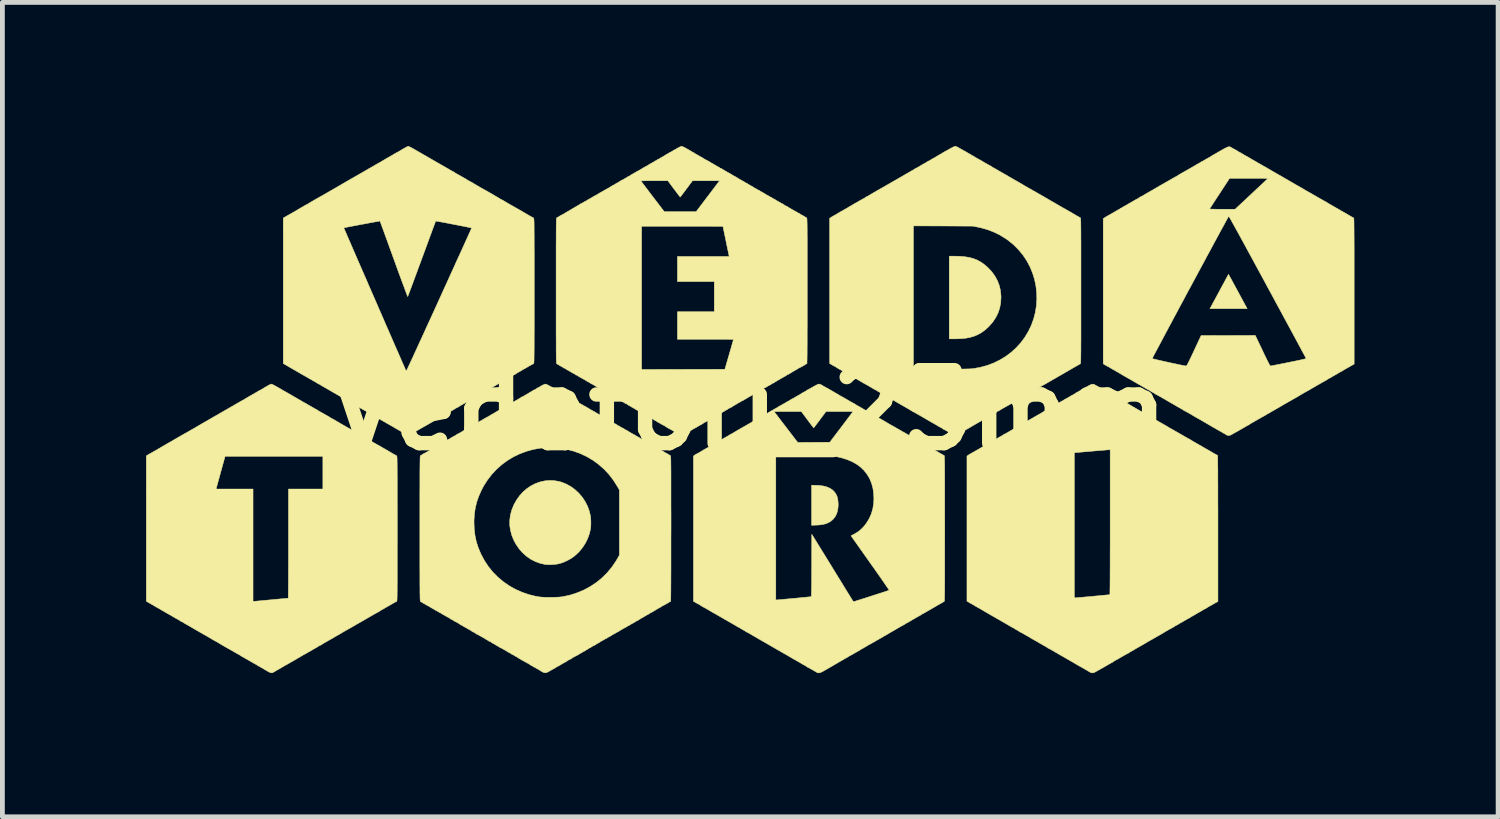
<source format=kicad_pcb>
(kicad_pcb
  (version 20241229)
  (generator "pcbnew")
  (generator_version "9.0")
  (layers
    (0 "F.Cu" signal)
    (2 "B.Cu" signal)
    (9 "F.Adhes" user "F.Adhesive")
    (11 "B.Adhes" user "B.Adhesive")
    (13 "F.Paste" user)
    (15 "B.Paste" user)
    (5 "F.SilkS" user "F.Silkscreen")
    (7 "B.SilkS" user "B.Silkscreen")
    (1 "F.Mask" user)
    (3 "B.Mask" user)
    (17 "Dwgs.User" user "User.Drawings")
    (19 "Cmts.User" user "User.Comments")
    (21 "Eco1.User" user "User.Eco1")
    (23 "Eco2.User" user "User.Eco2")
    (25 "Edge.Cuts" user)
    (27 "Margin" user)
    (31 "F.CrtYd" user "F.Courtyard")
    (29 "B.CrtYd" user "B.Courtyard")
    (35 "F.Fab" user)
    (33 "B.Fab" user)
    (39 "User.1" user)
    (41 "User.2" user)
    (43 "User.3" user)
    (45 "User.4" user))
  (footprint "Vedatori_25mm"
    (layer "F.Cu")
    (at 12.596 5.513)
    (property "Reference" "Vedatori_25mm" (at 0 0 0) (layer "F.SilkS") (effects (font (size 1.524 1.524) (thickness 0.3))))
    (attr through_hole)
    (fp_poly (pts (xy 1.454 1.572) (xy 1.543 1.584) (xy 1.621 1.605) (xy 1.687 1.634) (xy 1.742 1.672) (xy 1.786 1.719) (xy 1.819 1.774) (xy 1.829 1.797) (xy 1.843 1.847) (xy 1.851 1.905) (xy 1.855 1.967) (xy 1.852 2.028) (xy 1.851 2.039) (xy 1.839 2.11) (xy 1.819 2.171) (xy 1.792 2.223) (xy 1.756 2.269) (xy 1.74 2.286) (xy 1.695 2.323) (xy 1.645 2.352) (xy 1.589 2.374) (xy 1.525 2.389) (xy 1.45 2.398) (xy 1.406 2.4) (xy 1.299 2.404) (xy 1.299 1.568) (xy 1.353 1.568) (xy 1.454 1.572)) (stroke (width 0.01) (type solid)) (fill yes) (layer "F.SilkS"))
    (fp_poly (pts (xy 4.28 -3.215) (xy 4.394 -3.212) (xy 4.497 -3.203) (xy 4.589 -3.188) (xy 4.673 -3.166) (xy 4.751 -3.136) (xy 4.823 -3.097) (xy 4.893 -3.05) (xy 4.961 -2.993) (xy 4.982 -2.974) (xy 5.061 -2.89) (xy 5.126 -2.8) (xy 5.178 -2.705) (xy 5.217 -2.604) (xy 5.242 -2.499) (xy 5.253 -2.389) (xy 5.254 -2.352) (xy 5.247 -2.24) (xy 5.227 -2.133) (xy 5.193 -2.031) (xy 5.145 -1.934) (xy 5.084 -1.842) (xy 5.009 -1.756) (xy 4.983 -1.729) (xy 4.914 -1.669) (xy 4.844 -1.618) (xy 4.771 -1.577) (xy 4.693 -1.544) (xy 4.609 -1.519) (xy 4.518 -1.502) (xy 4.416 -1.492) (xy 4.303 -1.488) (xy 4.284 -1.488) (xy 4.173 -1.488) (xy 4.173 -3.215) (xy 4.28 -3.215)) (stroke (width 0.01) (type solid)) (fill yes) (layer "F.SilkS"))
    (fp_poly (pts (xy 10.007 -2.83) (xy 10.017 -2.812) (xy 10.032 -2.784) (xy 10.053 -2.747) (xy 10.077 -2.703) (xy 10.105 -2.651) (xy 10.136 -2.594) (xy 10.17 -2.532) (xy 10.176 -2.52) (xy 10.211 -2.456) (xy 10.244 -2.394) (xy 10.275 -2.337) (xy 10.303 -2.285) (xy 10.328 -2.24) (xy 10.347 -2.204) (xy 10.362 -2.177) (xy 10.37 -2.161) (xy 10.371 -2.161) (xy 10.393 -2.119) (xy 9.615 -2.119) (xy 9.633 -2.15) (xy 9.64 -2.162) (xy 9.653 -2.186) (xy 9.671 -2.22) (xy 9.694 -2.263) (xy 9.721 -2.312) (xy 9.751 -2.368) (xy 9.784 -2.429) (xy 9.819 -2.493) (xy 9.826 -2.507) (xy 9.86 -2.571) (xy 9.892 -2.63) (xy 9.922 -2.684) (xy 9.947 -2.732) (xy 9.969 -2.772) (xy 9.986 -2.803) (xy 9.998 -2.825) (xy 10.003 -2.835) (xy 10.004 -2.835) (xy 10.007 -2.83)) (stroke (width 0.01) (type solid)) (fill yes) (layer "F.SilkS"))
    (fp_poly (pts (xy -4.072 1.472) (xy -3.971 1.49) (xy -3.916 1.506) (xy -3.818 1.546) (xy -3.725 1.598) (xy -3.639 1.661) (xy -3.56 1.735) (xy -3.49 1.817) (xy -3.43 1.907) (xy -3.38 2.004) (xy -3.343 2.105) (xy -3.318 2.21) (xy -3.316 2.219) (xy -3.312 2.258) (xy -3.31 2.306) (xy -3.309 2.358) (xy -3.31 2.409) (xy -3.313 2.454) (xy -3.316 2.477) (xy -3.34 2.582) (xy -3.378 2.685) (xy -3.427 2.783) (xy -3.488 2.876) (xy -3.559 2.961) (xy -3.64 3.036) (xy -3.675 3.064) (xy -3.733 3.103) (xy -3.799 3.139) (xy -3.868 3.171) (xy -3.935 3.195) (xy -3.966 3.204) (xy -4.017 3.215) (xy -4.076 3.222) (xy -4.137 3.226) (xy -4.195 3.227) (xy -4.247 3.224) (xy -4.264 3.222) (xy -4.369 3.198) (xy -4.47 3.161) (xy -4.565 3.112) (xy -4.654 3.05) (xy -4.735 2.978) (xy -4.808 2.895) (xy -4.872 2.802) (xy -4.914 2.725) (xy -4.958 2.62) (xy -4.987 2.513) (xy -5.003 2.407) (xy -5.003 2.3) (xy -4.99 2.193) (xy -4.961 2.086) (xy -4.919 1.981) (xy -4.914 1.97) (xy -4.858 1.872) (xy -4.794 1.783) (xy -4.722 1.704) (xy -4.642 1.636) (xy -4.557 1.579) (xy -4.466 1.533) (xy -4.371 1.499) (xy -4.273 1.477) (xy -4.173 1.468) (xy -4.072 1.472)) (stroke (width 0.01) (type solid)) (fill yes) (layer "F.SilkS"))
    (fp_poly (pts (xy -9.969 -0.541) (xy -9.948 -0.531) (xy -9.918 -0.516) (xy -9.883 -0.496) (xy -9.842 -0.474) (xy -9.824 -0.463) (xy -9.78 -0.438) (xy -9.737 -0.413) (xy -9.698 -0.39) (xy -9.665 -0.372) (xy -9.642 -0.358) (xy -9.637 -0.356) (xy -9.617 -0.344) (xy -9.586 -0.326) (xy -9.548 -0.305) (xy -9.507 -0.28) (xy -9.463 -0.255) (xy -9.456 -0.251) (xy -9.414 -0.226) (xy -9.373 -0.203) (xy -9.337 -0.182) (xy -9.308 -0.165) (xy -9.288 -0.154) (xy -9.286 -0.153) (xy -9.266 -0.142) (xy -9.238 -0.126) (xy -9.204 -0.106) (xy -9.166 -0.084) (xy -9.148 -0.074) (xy -9.114 -0.054) (xy -9.084 -0.037) (xy -9.061 -0.024) (xy -9.046 -0.016) (xy -9.042 -0.015) (xy -9.033 -0.01) (xy -9.019 -0.001) (xy -9.019 -0.000359) (xy -9.003 0.011) (xy -8.979 0.025) (xy -8.962 0.035) (xy -8.938 0.048) (xy -8.907 0.065) (xy -8.873 0.084) (xy -8.858 0.093) (xy -8.831 0.109) (xy -8.809 0.121) (xy -8.795 0.129) (xy -8.792 0.131) (xy -8.785 0.134) (xy -8.77 0.144) (xy -8.751 0.156) (xy -8.73 0.169) (xy -8.714 0.178) (xy -8.706 0.181) (xy -8.698 0.185) (xy -8.68 0.195) (xy -8.654 0.21) (xy -8.624 0.228) (xy -8.612 0.235) (xy -8.545 0.275) (xy -8.48 0.312) (xy -8.423 0.345) (xy -8.384 0.367) (xy -8.363 0.378) (xy -8.333 0.395) (xy -8.297 0.415) (xy -8.258 0.438) (xy -8.216 0.462) (xy -8.176 0.486) (xy -8.139 0.507) (xy -8.107 0.526) (xy -8.083 0.54) (xy -8.07 0.549) (xy -8.07 0.549) (xy -8.053 0.559) (xy -8.041 0.566) (xy -8.039 0.566) (xy -8.032 0.57) (xy -8.014 0.579) (xy -7.989 0.594) (xy -7.957 0.612) (xy -7.942 0.621) (xy -7.902 0.645) (xy -7.861 0.669) (xy -7.822 0.691) (xy -7.791 0.709) (xy -7.787 0.711) (xy -7.768 0.722) (xy -7.747 0.733) (xy -7.722 0.747) (xy -7.693 0.764) (xy -7.657 0.785) (xy -7.615 0.809) (xy -7.563 0.839) (xy -7.502 0.875) (xy -7.439 0.912) (xy -7.411 0.928) (xy -7.387 0.941) (xy -7.369 0.95) (xy -7.364 0.953) (xy -7.363 0.954) (xy -7.361 0.956) (xy -7.36 0.961) (xy -7.359 0.968) (xy -7.358 0.978) (xy -7.357 0.991) (xy -7.356 1.009) (xy -7.355 1.032) (xy -7.355 1.06) (xy -7.354 1.095) (xy -7.354 1.136) (xy -7.353 1.184) (xy -7.353 1.24) (xy -7.353 1.304) (xy -7.352 1.377) (xy -7.352 1.459) (xy -7.352 1.552) (xy -7.352 1.655) (xy -7.352 1.769) (xy -7.352 1.896) (xy -7.352 2.034) (xy -7.351 2.186) (xy -7.351 2.351) (xy -7.351 2.474) (xy -7.351 2.648) (xy -7.352 2.809) (xy -7.352 2.957) (xy -7.352 3.092) (xy -7.352 3.214) (xy -7.352 3.325) (xy -7.352 3.425) (xy -7.352 3.514) (xy -7.352 3.594) (xy -7.353 3.664) (xy -7.353 3.726) (xy -7.353 3.779) (xy -7.354 3.825) (xy -7.354 3.863) (xy -7.355 3.896) (xy -7.356 3.922) (xy -7.356 3.944) (xy -7.357 3.96) (xy -7.358 3.973) (xy -7.359 3.982) (xy -7.36 3.988) (xy -7.362 3.991) (xy -7.363 3.993) (xy -7.364 3.994) (xy -7.371 3.997) (xy -7.383 4.002) (xy -7.399 4.011) (xy -7.424 4.025) (xy -7.456 4.043) (xy -7.499 4.068) (xy -7.53 4.086) (xy -7.557 4.101) (xy -7.578 4.113) (xy -7.592 4.12) (xy -7.595 4.121) (xy -7.606 4.128) (xy -7.613 4.133) (xy -7.625 4.141) (xy -7.645 4.153) (xy -7.664 4.163) (xy -7.691 4.178) (xy -7.718 4.195) (xy -7.732 4.204) (xy -7.749 4.215) (xy -7.762 4.223) (xy -7.765 4.224) (xy -7.773 4.227) (xy -7.791 4.237) (xy -7.816 4.251) (xy -7.847 4.268) (xy -7.853 4.272) (xy -7.917 4.309) (xy -7.969 4.339) (xy -8.012 4.364) (xy -8.046 4.384) (xy -8.072 4.399) (xy -8.093 4.411) (xy -8.106 4.418) (xy -8.125 4.429) (xy -8.153 4.445) (xy -8.186 4.464) (xy -8.221 4.484) (xy -8.226 4.487) (xy -8.262 4.508) (xy -8.297 4.528) (xy -8.327 4.545) (xy -8.35 4.558) (xy -8.352 4.559) (xy -8.37 4.569) (xy -8.398 4.585) (xy -8.434 4.605) (xy -8.473 4.628) (xy -8.513 4.652) (xy -8.551 4.674) (xy -8.584 4.694) (xy -8.612 4.709) (xy -8.631 4.72) (xy -8.64 4.724) (xy -8.64 4.724) (xy -8.65 4.729) (xy -8.657 4.734) (xy -8.67 4.743) (xy -8.69 4.756) (xy -8.709 4.766) (xy -8.733 4.779) (xy -8.765 4.797) (xy -8.798 4.816) (xy -8.813 4.825) (xy -8.84 4.84) (xy -8.862 4.853) (xy -8.876 4.86) (xy -8.88 4.862) (xy -8.886 4.866) (xy -8.901 4.876) (xy -8.92 4.888) (xy -8.941 4.901) (xy -8.958 4.91) (xy -8.966 4.913) (xy -8.976 4.917) (xy -8.993 4.927) (xy -9.011 4.938) (xy -9.031 4.952) (xy -9.046 4.961) (xy -9.052 4.964) (xy -9.059 4.967) (xy -9.076 4.977) (xy -9.102 4.992) (xy -9.135 5.011) (xy -9.171 5.032) (xy -9.173 5.033) (xy -9.21 5.054) (xy -9.243 5.073) (xy -9.269 5.088) (xy -9.287 5.098) (xy -9.294 5.102) (xy -9.294 5.102) (xy -9.302 5.105) (xy -9.318 5.114) (xy -9.339 5.127) (xy -9.365 5.142) (xy -9.4 5.163) (xy -9.44 5.186) (xy -9.482 5.211) (xy -9.525 5.236) (xy -9.565 5.258) (xy -9.599 5.278) (xy -9.625 5.293) (xy -9.634 5.298) (xy -9.655 5.31) (xy -9.685 5.326) (xy -9.721 5.347) (xy -9.761 5.37) (xy -9.801 5.394) (xy -9.841 5.417) (xy -9.877 5.437) (xy -9.906 5.455) (xy -9.927 5.467) (xy -9.934 5.471) (xy -9.951 5.48) (xy -9.967 5.485) (xy -9.986 5.484) (xy -10.009 5.477) (xy -10.038 5.463) (xy -10.075 5.442) (xy -10.106 5.424) (xy -10.141 5.403) (xy -10.174 5.384) (xy -10.201 5.368) (xy -10.219 5.358) (xy -10.225 5.355) (xy -10.242 5.346) (xy -10.264 5.332) (xy -10.28 5.323) (xy -10.304 5.308) (xy -10.327 5.295) (xy -10.338 5.289) (xy -10.352 5.282) (xy -10.376 5.268) (xy -10.406 5.251) (xy -10.44 5.231) (xy -10.45 5.225) (xy -10.487 5.204) (xy -10.523 5.184) (xy -10.554 5.166) (xy -10.578 5.153) (xy -10.581 5.151) (xy -10.604 5.138) (xy -10.623 5.126) (xy -10.632 5.119) (xy -10.643 5.111) (xy -10.648 5.109) (xy -10.655 5.106) (xy -10.672 5.096) (xy -10.696 5.083) (xy -10.716 5.071) (xy -10.842 4.999) (xy -10.903 4.965) (xy -10.928 4.951) (xy -10.959 4.933) (xy -10.993 4.914) (xy -11.026 4.894) (xy -11.055 4.877) (xy -11.078 4.863) (xy -11.089 4.856) (xy -11.105 4.846) (xy -11.128 4.833) (xy -11.154 4.819) (xy -11.154 4.819) (xy -11.18 4.805) (xy -11.204 4.792) (xy -11.22 4.782) (xy -11.231 4.775) (xy -11.253 4.762) (xy -11.283 4.744) (xy -11.321 4.722) (xy -11.363 4.698) (xy -11.394 4.681) (xy -11.443 4.653) (xy -11.493 4.624) (xy -11.542 4.596) (xy -11.586 4.571) (xy -11.621 4.55) (xy -11.633 4.543) (xy -11.669 4.522) (xy -11.705 4.501) (xy -11.737 4.483) (xy -11.76 4.47) (xy -11.785 4.456) (xy -11.808 4.442) (xy -11.821 4.433) (xy -11.836 4.423) (xy -11.847 4.42) (xy -11.857 4.416) (xy -11.874 4.406) (xy -11.892 4.394) (xy -11.912 4.381) (xy -11.927 4.372) (xy -11.933 4.369) (xy -11.94 4.365) (xy -11.957 4.356) (xy -11.981 4.343) (xy -12 4.331) (xy -12.043 4.307) (xy -12.074 4.288) (xy -12.097 4.275) (xy -12.113 4.266) (xy -12.124 4.26) (xy -12.132 4.256) (xy -12.138 4.253) (xy -12.153 4.244) (xy -12.174 4.232) (xy -12.177 4.23) (xy -12.186 4.225) (xy -12.197 4.219) (xy -12.212 4.21) (xy -12.233 4.197) (xy -12.261 4.182) (xy -12.295 4.161) (xy -12.339 4.136) (xy -12.392 4.106) (xy -12.457 4.068) (xy -12.493 4.047) (xy -12.521 4.031) (xy -12.547 4.016) (xy -12.566 4.005) (xy -12.568 4.004) (xy -12.591 3.99) (xy -12.591 1.647) (xy -11.134 1.647) (xy -10.363 1.647) (xy -10.363 3.991) (xy -10.342 3.991) (xy -10.331 3.991) (xy -10.307 3.989) (xy -10.271 3.986) (xy -10.226 3.982) (xy -10.172 3.977) (xy -10.111 3.971) (xy -10.045 3.965) (xy -9.978 3.959) (xy -9.909 3.952) (xy -9.844 3.946) (xy -9.785 3.941) (xy -9.733 3.936) (xy -9.69 3.932) (xy -9.658 3.929) (xy -9.637 3.927) (xy -9.628 3.926) (xy -9.628 3.926) (xy -9.628 3.919) (xy -9.627 3.898) (xy -9.627 3.864) (xy -9.626 3.818) (xy -9.626 3.761) (xy -9.625 3.693) (xy -9.625 3.615) (xy -9.624 3.528) (xy -9.624 3.433) (xy -9.624 3.33) (xy -9.623 3.22) (xy -9.623 3.104) (xy -9.623 2.984) (xy -9.623 2.858) (xy -9.623 2.787) (xy -9.623 1.647) (xy -8.905 1.647) (xy -8.905 0.965) (xy -9.926 0.965) (xy -10.947 0.965) (xy -11.037 1.29) (xy -11.055 1.357) (xy -11.072 1.419) (xy -11.088 1.477) (xy -11.102 1.527) (xy -11.113 1.569) (xy -11.122 1.602) (xy -11.128 1.623) (xy -11.13 1.631) (xy -11.134 1.647) (xy -12.591 1.647) (xy -12.591 0.954) (xy -12.549 0.929) (xy -12.522 0.913) (xy -12.488 0.894) (xy -12.456 0.876) (xy -12.453 0.874) (xy -12.421 0.856) (xy -12.383 0.835) (xy -12.346 0.813) (xy -12.335 0.807) (xy -12.28 0.774) (xy -12.236 0.748) (xy -12.201 0.728) (xy -12.173 0.712) (xy -12.152 0.699) (xy -12.135 0.689) (xy -12.12 0.681) (xy -12.106 0.674) (xy -12.105 0.673) (xy -12.078 0.658) (xy -12.053 0.644) (xy -12.04 0.635) (xy -12.026 0.627) (xy -12.002 0.613) (xy -11.971 0.595) (xy -11.935 0.574) (xy -11.897 0.552) (xy -11.86 0.531) (xy -11.826 0.511) (xy -11.798 0.496) (xy -11.78 0.486) (xy -11.765 0.478) (xy -11.74 0.463) (xy -11.704 0.443) (xy -11.661 0.418) (xy -11.612 0.39) (xy -11.558 0.359) (xy -11.502 0.326) (xy -11.444 0.292) (xy -11.386 0.258) (xy -11.345 0.235) (xy -11.3 0.209) (xy -11.258 0.184) (xy -11.221 0.163) (xy -11.19 0.145) (xy -11.168 0.133) (xy -11.16 0.128) (xy -11.14 0.117) (xy -11.112 0.101) (xy -11.081 0.083) (xy -11.064 0.073) (xy -11.03 0.053) (xy -10.99 0.03) (xy -10.947 0.006) (xy -10.915 -0.013) (xy -10.881 -0.032) (xy -10.838 -0.057) (xy -10.791 -0.084) (xy -10.743 -0.112) (xy -10.703 -0.136) (xy -10.664 -0.158) (xy -10.629 -0.178) (xy -10.601 -0.194) (xy -10.581 -0.205) (xy -10.571 -0.21) (xy -10.57 -0.21) (xy -10.562 -0.214) (xy -10.546 -0.224) (xy -10.528 -0.235) (xy -10.506 -0.249) (xy -10.476 -0.267) (xy -10.441 -0.287) (xy -10.415 -0.302) (xy -10.376 -0.324) (xy -10.346 -0.341) (xy -10.324 -0.353) (xy -10.307 -0.364) (xy -10.29 -0.374) (xy -10.273 -0.384) (xy -10.263 -0.39) (xy -10.243 -0.402) (xy -10.227 -0.411) (xy -10.22 -0.414) (xy -10.212 -0.417) (xy -10.196 -0.426) (xy -10.182 -0.434) (xy -10.135 -0.463) (xy -10.09 -0.489) (xy -10.051 -0.512) (xy -10.018 -0.529) (xy -9.994 -0.54) (xy -9.98 -0.544) (xy -9.98 -0.544) (xy -9.969 -0.541)) (stroke (width 0.01) (type solid)) (fill yes) (layer "F.SilkS"))
    (fp_poly (pts (xy 7.181 -0.542) (xy 7.198 -0.537) (xy 7.215 -0.528) (xy 7.217 -0.526) (xy 7.239 -0.514) (xy 7.267 -0.498) (xy 7.296 -0.483) (xy 7.296 -0.482) (xy 7.322 -0.468) (xy 7.343 -0.456) (xy 7.356 -0.447) (xy 7.357 -0.446) (xy 7.368 -0.437) (xy 7.374 -0.435) (xy 7.382 -0.432) (xy 7.4 -0.422) (xy 7.425 -0.408) (xy 7.446 -0.395) (xy 7.478 -0.376) (xy 7.511 -0.358) (xy 7.538 -0.342) (xy 7.55 -0.337) (xy 7.572 -0.325) (xy 7.591 -0.314) (xy 7.598 -0.308) (xy 7.61 -0.3) (xy 7.63 -0.288) (xy 7.649 -0.278) (xy 7.673 -0.264) (xy 7.705 -0.247) (xy 7.738 -0.227) (xy 7.754 -0.218) (xy 7.79 -0.197) (xy 7.828 -0.175) (xy 7.863 -0.155) (xy 7.874 -0.149) (xy 7.905 -0.132) (xy 7.942 -0.11) (xy 7.98 -0.088) (xy 7.997 -0.078) (xy 8.062 -0.04) (xy 8.116 -0.009) (xy 8.158 0.015) (xy 8.19 0.034) (xy 8.213 0.047) (xy 8.227 0.055) (xy 8.233 0.058) (xy 8.234 0.058) (xy 8.24 0.062) (xy 8.257 0.071) (xy 8.28 0.084) (xy 8.293 0.092) (xy 8.32 0.108) (xy 8.357 0.129) (xy 8.397 0.153) (xy 8.437 0.176) (xy 8.444 0.18) (xy 8.481 0.202) (xy 8.518 0.223) (xy 8.551 0.242) (xy 8.577 0.257) (xy 8.582 0.26) (xy 8.612 0.277) (xy 8.644 0.295) (xy 8.665 0.307) (xy 8.69 0.321) (xy 8.712 0.334) (xy 8.723 0.341) (xy 8.737 0.35) (xy 8.76 0.364) (xy 8.788 0.38) (xy 8.803 0.388) (xy 8.827 0.401) (xy 8.85 0.414) (xy 8.874 0.428) (xy 8.9 0.443) (xy 8.932 0.461) (xy 8.97 0.483) (xy 9.018 0.51) (xy 9.055 0.532) (xy 9.091 0.553) (xy 9.125 0.572) (xy 9.155 0.589) (xy 9.176 0.6) (xy 9.182 0.603) (xy 9.201 0.613) (xy 9.214 0.621) (xy 9.217 0.624) (xy 9.224 0.628) (xy 9.241 0.639) (xy 9.266 0.654) (xy 9.296 0.671) (xy 9.329 0.69) (xy 9.362 0.709) (xy 9.393 0.727) (xy 9.42 0.741) (xy 9.423 0.743) (xy 9.441 0.753) (xy 9.456 0.763) (xy 9.47 0.771) (xy 9.493 0.784) (xy 9.521 0.801) (xy 9.543 0.813) (xy 9.579 0.833) (xy 9.622 0.858) (xy 9.664 0.883) (xy 9.689 0.898) (xy 9.72 0.915) (xy 9.746 0.93) (xy 9.765 0.94) (xy 9.774 0.943) (xy 9.775 0.943) (xy 9.776 0.948) (xy 9.776 0.961) (xy 9.777 0.983) (xy 9.778 1.016) (xy 9.779 1.058) (xy 9.779 1.11) (xy 9.78 1.173) (xy 9.781 1.247) (xy 9.781 1.332) (xy 9.781 1.429) (xy 9.782 1.538) (xy 9.782 1.66) (xy 9.782 1.794) (xy 9.782 1.942) (xy 9.783 2.103) (xy 9.783 2.277) (xy 9.783 2.466) (xy 9.783 3.996) (xy 9.759 4.008) (xy 9.739 4.019) (xy 9.714 4.033) (xy 9.699 4.042) (xy 9.671 4.058) (xy 9.64 4.076) (xy 9.622 4.085) (xy 9.593 4.101) (xy 9.564 4.119) (xy 9.548 4.129) (xy 9.529 4.141) (xy 9.515 4.149) (xy 9.51 4.151) (xy 9.502 4.155) (xy 9.484 4.164) (xy 9.461 4.178) (xy 9.453 4.183) (xy 9.424 4.2) (xy 9.395 4.217) (xy 9.371 4.23) (xy 9.369 4.231) (xy 9.348 4.243) (xy 9.331 4.253) (xy 9.325 4.257) (xy 9.313 4.265) (xy 9.293 4.276) (xy 9.275 4.286) (xy 9.249 4.3) (xy 9.224 4.315) (xy 9.212 4.323) (xy 9.197 4.334) (xy 9.186 4.34) (xy 9.185 4.34) (xy 9.177 4.343) (xy 9.159 4.353) (xy 9.133 4.367) (xy 9.103 4.385) (xy 9.093 4.391) (xy 9.061 4.409) (xy 9.034 4.425) (xy 9.014 4.436) (xy 9.003 4.441) (xy 9.002 4.441) (xy 8.993 4.446) (xy 8.985 4.452) (xy 8.973 4.46) (xy 8.953 4.472) (xy 8.927 4.486) (xy 8.923 4.489) (xy 8.898 4.502) (xy 8.879 4.513) (xy 8.869 4.52) (xy 8.868 4.521) (xy 8.86 4.526) (xy 8.843 4.536) (xy 8.825 4.546) (xy 8.799 4.56) (xy 8.765 4.579) (xy 8.726 4.601) (xy 8.687 4.623) (xy 8.651 4.645) (xy 8.623 4.662) (xy 8.621 4.663) (xy 8.6 4.676) (xy 8.574 4.691) (xy 8.56 4.699) (xy 8.538 4.711) (xy 8.508 4.728) (xy 8.475 4.747) (xy 8.451 4.761) (xy 8.418 4.78) (xy 8.385 4.798) (xy 8.357 4.814) (xy 8.342 4.822) (xy 8.316 4.837) (xy 8.291 4.852) (xy 8.28 4.859) (xy 8.266 4.868) (xy 8.241 4.882) (xy 8.209 4.901) (xy 8.173 4.921) (xy 8.134 4.943) (xy 8.097 4.964) (xy 8.066 4.982) (xy 8.052 4.99) (xy 8.031 5.003) (xy 8.021 5.009) (xy 8.002 5.021) (xy 7.989 5.028) (xy 7.985 5.029) (xy 7.976 5.033) (xy 7.959 5.043) (xy 7.941 5.055) (xy 7.921 5.068) (xy 7.906 5.077) (xy 7.899 5.08) (xy 7.892 5.083) (xy 7.875 5.093) (xy 7.851 5.106) (xy 7.822 5.122) (xy 7.791 5.139) (xy 7.762 5.157) (xy 7.735 5.172) (xy 7.716 5.184) (xy 7.707 5.189) (xy 7.695 5.196) (xy 7.675 5.207) (xy 7.66 5.215) (xy 7.634 5.229) (xy 7.61 5.244) (xy 7.601 5.251) (xy 7.585 5.262) (xy 7.574 5.268) (xy 7.573 5.269) (xy 7.566 5.272) (xy 7.548 5.282) (xy 7.521 5.297) (xy 7.489 5.315) (xy 7.455 5.335) (xy 7.414 5.359) (xy 7.374 5.382) (xy 7.338 5.402) (xy 7.308 5.419) (xy 7.293 5.427) (xy 7.265 5.442) (xy 7.238 5.458) (xy 7.219 5.469) (xy 7.192 5.481) (xy 7.162 5.486) (xy 7.136 5.483) (xy 7.127 5.479) (xy 7.106 5.467) (xy 7.077 5.45) (xy 7.042 5.429) (xy 7.003 5.407) (xy 6.964 5.384) (xy 6.926 5.363) (xy 6.894 5.345) (xy 6.87 5.331) (xy 6.858 5.325) (xy 6.836 5.312) (xy 6.818 5.302) (xy 6.811 5.298) (xy 6.803 5.293) (xy 6.784 5.281) (xy 6.756 5.265) (xy 6.722 5.245) (xy 6.683 5.223) (xy 6.641 5.199) (xy 6.599 5.174) (xy 6.557 5.15) (xy 6.518 5.128) (xy 6.517 5.127) (xy 6.491 5.113) (xy 6.466 5.098) (xy 6.453 5.091) (xy 6.437 5.081) (xy 6.413 5.067) (xy 6.382 5.049) (xy 6.349 5.029) (xy 6.346 5.028) (xy 6.314 5.01) (xy 6.286 4.993) (xy 6.263 4.982) (xy 6.25 4.975) (xy 6.249 4.975) (xy 6.232 4.967) (xy 6.225 4.961) (xy 6.214 4.953) (xy 6.195 4.941) (xy 6.176 4.93) (xy 6.155 4.919) (xy 6.133 4.906) (xy 6.106 4.89) (xy 6.071 4.871) (xy 6.028 4.845) (xy 6.016 4.838) (xy 5.998 4.828) (xy 5.972 4.813) (xy 5.943 4.797) (xy 5.933 4.791) (xy 5.906 4.776) (xy 5.883 4.763) (xy 5.867 4.753) (xy 5.864 4.751) (xy 5.851 4.742) (xy 5.831 4.731) (xy 5.82 4.725) (xy 5.799 4.713) (xy 5.77 4.697) (xy 5.739 4.679) (xy 5.729 4.673) (xy 5.702 4.657) (xy 5.68 4.645) (xy 5.666 4.638) (xy 5.662 4.637) (xy 5.652 4.633) (xy 5.637 4.623) (xy 5.637 4.623) (xy 5.621 4.612) (xy 5.598 4.598) (xy 5.576 4.586) (xy 5.553 4.572) (xy 5.533 4.56) (xy 5.522 4.553) (xy 5.51 4.545) (xy 5.505 4.543) (xy 5.497 4.539) (xy 5.479 4.53) (xy 5.454 4.516) (xy 5.423 4.498) (xy 5.411 4.491) (xy 5.374 4.469) (xy 5.337 4.448) (xy 5.303 4.428) (xy 5.278 4.413) (xy 5.276 4.412) (xy 5.249 4.397) (xy 5.222 4.381) (xy 5.203 4.37) (xy 5.188 4.362) (xy 5.164 4.348) (xy 5.132 4.329) (xy 5.096 4.309) (xy 5.073 4.296) (xy 5.035 4.274) (xy 5 4.254) (xy 4.969 4.236) (xy 4.947 4.223) (xy 4.938 4.218) (xy 4.91 4.201) (xy 4.876 4.181) (xy 4.839 4.159) (xy 4.803 4.139) (xy 4.771 4.121) (xy 4.748 4.108) (xy 4.744 4.106) (xy 4.718 4.091) (xy 4.69 4.074) (xy 4.683 4.069) (xy 4.664 4.058) (xy 4.651 4.051) (xy 4.648 4.049) (xy 4.64 4.046) (xy 4.624 4.037) (xy 4.601 4.024) (xy 4.594 4.019) (xy 4.543 3.989) (xy 4.543 0.959) (xy 4.576 0.936) (xy 4.602 0.92) (xy 4.633 0.902) (xy 4.651 0.892) (xy 4.657 0.889) (xy 6.785 0.889) (xy 6.785 3.919) (xy 6.808 3.919) (xy 6.819 3.918) (xy 6.844 3.916) (xy 6.88 3.913) (xy 6.925 3.909) (xy 6.979 3.904) (xy 7.04 3.899) (xy 7.107 3.893) (xy 7.174 3.886) (xy 7.243 3.88) (xy 7.308 3.874) (xy 7.367 3.868) (xy 7.419 3.863) (xy 7.463 3.859) (xy 7.496 3.856) (xy 7.517 3.854) (xy 7.526 3.854) (xy 7.526 3.854) (xy 7.527 3.846) (xy 7.528 3.825) (xy 7.528 3.788) (xy 7.529 3.738) (xy 7.53 3.672) (xy 7.53 3.593) (xy 7.531 3.498) (xy 7.531 3.39) (xy 7.532 3.267) (xy 7.532 3.129) (xy 7.532 2.977) (xy 7.533 2.811) (xy 7.533 2.63) (xy 7.533 2.434) (xy 7.533 2.34) (xy 7.533 0.827) (xy 7.517 0.827) (xy 7.506 0.828) (xy 7.483 0.829) (xy 7.448 0.832) (xy 7.403 0.836) (xy 7.35 0.84) (xy 7.289 0.845) (xy 7.223 0.851) (xy 7.152 0.857) (xy 7.143 0.858) (xy 6.785 0.889) (xy 4.657 0.889) (xy 4.672 0.88) (xy 4.702 0.863) (xy 4.738 0.843) (xy 4.775 0.821) (xy 4.786 0.815) (xy 4.821 0.795) (xy 4.853 0.776) (xy 4.88 0.761) (xy 4.898 0.75) (xy 4.902 0.748) (xy 4.922 0.736) (xy 4.946 0.722) (xy 4.955 0.716) (xy 4.973 0.705) (xy 4.985 0.698) (xy 4.988 0.697) (xy 4.995 0.693) (xy 5.013 0.683) (xy 5.039 0.669) (xy 5.072 0.65) (xy 5.109 0.628) (xy 5.116 0.624) (xy 5.155 0.601) (xy 5.19 0.581) (xy 5.219 0.564) (xy 5.241 0.552) (xy 5.252 0.546) (xy 5.253 0.546) (xy 5.266 0.539) (xy 5.285 0.527) (xy 5.293 0.521) (xy 5.311 0.509) (xy 5.324 0.502) (xy 5.328 0.501) (xy 5.336 0.497) (xy 5.354 0.488) (xy 5.379 0.474) (xy 5.405 0.459) (xy 5.443 0.436) (xy 5.486 0.411) (xy 5.528 0.387) (xy 5.544 0.378) (xy 5.576 0.36) (xy 5.605 0.343) (xy 5.628 0.329) (xy 5.639 0.323) (xy 5.659 0.311) (xy 5.689 0.293) (xy 5.726 0.272) (xy 5.768 0.248) (xy 5.812 0.223) (xy 5.831 0.212) (xy 5.859 0.196) (xy 5.893 0.177) (xy 5.926 0.158) (xy 5.929 0.156) (xy 5.962 0.137) (xy 6 0.115) (xy 6.037 0.094) (xy 6.045 0.09) (xy 6.073 0.074) (xy 6.097 0.06) (xy 6.113 0.05) (xy 6.118 0.047) (xy 6.13 0.039) (xy 6.15 0.027) (xy 6.169 0.016) (xy 6.245 -0.026) (xy 6.327 -0.073) (xy 6.374 -0.1) (xy 6.401 -0.116) (xy 6.423 -0.128) (xy 6.437 -0.136) (xy 6.441 -0.138) (xy 6.447 -0.142) (xy 6.463 -0.151) (xy 6.482 -0.163) (xy 6.503 -0.176) (xy 6.519 -0.186) (xy 6.526 -0.189) (xy 6.535 -0.193) (xy 6.552 -0.202) (xy 6.564 -0.21) (xy 6.583 -0.223) (xy 6.596 -0.231) (xy 6.601 -0.232) (xy 6.609 -0.236) (xy 6.626 -0.245) (xy 6.65 -0.259) (xy 6.665 -0.268) (xy 6.696 -0.286) (xy 6.728 -0.305) (xy 6.755 -0.319) (xy 6.762 -0.323) (xy 6.783 -0.334) (xy 6.798 -0.344) (xy 6.804 -0.348) (xy 6.811 -0.354) (xy 6.828 -0.365) (xy 6.845 -0.374) (xy 6.871 -0.387) (xy 6.894 -0.401) (xy 6.905 -0.407) (xy 6.919 -0.416) (xy 6.942 -0.429) (xy 6.973 -0.447) (xy 7.009 -0.468) (xy 7.036 -0.483) (xy 7.081 -0.508) (xy 7.115 -0.526) (xy 7.142 -0.537) (xy 7.163 -0.542) (xy 7.181 -0.542)) (stroke (width 0.01) (type solid)) (fill yes) (layer "F.SilkS"))
    (fp_poly (pts (xy 4.316 -5.504) (xy 4.34 -5.495) (xy 4.361 -5.484) (xy 4.39 -5.466) (xy 4.422 -5.448) (xy 4.44 -5.438) (xy 4.465 -5.425) (xy 4.485 -5.414) (xy 4.506 -5.402) (xy 4.53 -5.388) (xy 4.561 -5.37) (xy 4.587 -5.355) (xy 4.618 -5.337) (xy 4.647 -5.32) (xy 4.67 -5.307) (xy 4.681 -5.301) (xy 4.7 -5.29) (xy 4.715 -5.28) (xy 4.717 -5.278) (xy 4.729 -5.271) (xy 4.749 -5.259) (xy 4.772 -5.247) (xy 4.796 -5.234) (xy 4.829 -5.216) (xy 4.864 -5.195) (xy 4.888 -5.181) (xy 4.922 -5.161) (xy 4.957 -5.141) (xy 4.987 -5.124) (xy 5.004 -5.115) (xy 5.028 -5.102) (xy 5.048 -5.091) (xy 5.058 -5.084) (xy 5.07 -5.075) (xy 5.09 -5.063) (xy 5.109 -5.053) (xy 5.133 -5.04) (xy 5.165 -5.022) (xy 5.198 -5.002) (xy 5.214 -4.993) (xy 5.255 -4.969) (xy 5.291 -4.949) (xy 5.327 -4.928) (xy 5.368 -4.905) (xy 5.389 -4.893) (xy 5.413 -4.878) (xy 5.42 -4.874) (xy 5.438 -4.863) (xy 5.451 -4.856) (xy 5.454 -4.855) (xy 5.462 -4.851) (xy 5.477 -4.842) (xy 5.488 -4.835) (xy 5.513 -4.82) (xy 5.537 -4.806) (xy 5.544 -4.802) (xy 5.567 -4.79) (xy 5.596 -4.773) (xy 5.629 -4.754) (xy 5.663 -4.735) (xy 5.694 -4.716) (xy 5.72 -4.701) (xy 5.737 -4.69) (xy 5.741 -4.688) (xy 5.757 -4.678) (xy 5.781 -4.664) (xy 5.803 -4.652) (xy 5.826 -4.639) (xy 5.858 -4.621) (xy 5.894 -4.601) (xy 5.925 -4.583) (xy 5.961 -4.563) (xy 5.997 -4.542) (xy 6.028 -4.524) (xy 6.049 -4.512) (xy 6.071 -4.5) (xy 6.102 -4.482) (xy 6.139 -4.461) (xy 6.177 -4.439) (xy 6.19 -4.431) (xy 6.227 -4.41) (xy 6.26 -4.39) (xy 6.289 -4.373) (xy 6.309 -4.362) (xy 6.315 -4.359) (xy 6.334 -4.348) (xy 6.36 -4.333) (xy 6.391 -4.315) (xy 6.42 -4.298) (xy 6.445 -4.283) (xy 6.459 -4.275) (xy 6.469 -4.269) (xy 6.489 -4.258) (xy 6.516 -4.242) (xy 6.547 -4.224) (xy 6.55 -4.223) (xy 6.603 -4.193) (xy 6.647 -4.168) (xy 6.685 -4.146) (xy 6.719 -4.127) (xy 6.752 -4.107) (xy 6.788 -4.086) (xy 6.812 -4.072) (xy 6.845 -4.053) (xy 6.874 -4.037) (xy 6.896 -4.024) (xy 6.91 -4.017) (xy 6.912 -4.016) (xy 6.913 -4.015) (xy 6.914 -4.011) (xy 6.915 -4.005) (xy 6.916 -3.996) (xy 6.917 -3.983) (xy 6.918 -3.966) (xy 6.919 -3.944) (xy 6.92 -3.917) (xy 6.92 -3.883) (xy 6.921 -3.843) (xy 6.921 -3.796) (xy 6.922 -3.741) (xy 6.922 -3.677) (xy 6.922 -3.605) (xy 6.923 -3.523) (xy 6.923 -3.432) (xy 6.923 -3.329) (xy 6.923 -3.216) (xy 6.923 -3.09) (xy 6.923 -2.953) (xy 6.923 -2.802) (xy 6.923 -2.638) (xy 6.923 -2.492) (xy 6.923 -2.317) (xy 6.923 -2.156) (xy 6.923 -2.008) (xy 6.923 -1.873) (xy 6.923 -1.75) (xy 6.923 -1.639) (xy 6.923 -1.539) (xy 6.923 -1.449) (xy 6.922 -1.37) (xy 6.922 -1.299) (xy 6.922 -1.238) (xy 6.921 -1.184) (xy 6.921 -1.138) (xy 6.92 -1.099) (xy 6.92 -1.067) (xy 6.919 -1.04) (xy 6.918 -1.018) (xy 6.917 -1.002) (xy 6.917 -0.989) (xy 6.915 -0.98) (xy 6.914 -0.974) (xy 6.913 -0.97) (xy 6.912 -0.968) (xy 6.911 -0.967) (xy 6.898 -0.961) (xy 6.878 -0.95) (xy 6.862 -0.94) (xy 6.838 -0.926) (xy 6.817 -0.914) (xy 6.807 -0.908) (xy 6.789 -0.899) (xy 6.767 -0.886) (xy 6.764 -0.884) (xy 6.744 -0.873) (xy 6.718 -0.857) (xy 6.691 -0.842) (xy 6.666 -0.827) (xy 6.632 -0.808) (xy 6.595 -0.786) (xy 6.562 -0.767) (xy 6.531 -0.749) (xy 6.505 -0.734) (xy 6.486 -0.723) (xy 6.477 -0.719) (xy 6.476 -0.718) (xy 6.468 -0.715) (xy 6.454 -0.706) (xy 6.453 -0.705) (xy 6.436 -0.694) (xy 6.412 -0.68) (xy 6.394 -0.67) (xy 6.374 -0.659) (xy 6.344 -0.642) (xy 6.309 -0.621) (xy 6.27 -0.599) (xy 6.247 -0.585) (xy 6.212 -0.565) (xy 6.181 -0.547) (xy 6.156 -0.533) (xy 6.141 -0.525) (xy 6.136 -0.523) (xy 6.128 -0.519) (xy 6.112 -0.509) (xy 6.094 -0.497) (xy 6.074 -0.484) (xy 6.058 -0.475) (xy 6.051 -0.472) (xy 6.043 -0.468) (xy 6.025 -0.459) (xy 6.002 -0.446) (xy 5.993 -0.44) (xy 5.965 -0.424) (xy 5.929 -0.403) (xy 5.89 -0.38) (xy 5.86 -0.363) (xy 5.827 -0.344) (xy 5.796 -0.326) (xy 5.771 -0.311) (xy 5.755 -0.301) (xy 5.74 -0.292) (xy 5.716 -0.278) (xy 5.684 -0.259) (xy 5.647 -0.238) (xy 5.617 -0.221) (xy 5.576 -0.198) (xy 5.536 -0.175) (xy 5.5 -0.155) (xy 5.471 -0.138) (xy 5.457 -0.13) (xy 5.43 -0.114) (xy 5.395 -0.095) (xy 5.359 -0.074) (xy 5.341 -0.065) (xy 5.308 -0.046) (xy 5.275 -0.027) (xy 5.248 -0.011) (xy 5.236 -0.003) (xy 5.213 0.01) (xy 5.193 0.021) (xy 5.183 0.025) (xy 5.171 0.031) (xy 5.167 0.035) (xy 5.161 0.041) (xy 5.147 0.051) (xy 5.14 0.054) (xy 5.123 0.063) (xy 5.098 0.078) (xy 5.066 0.095) (xy 5.032 0.115) (xy 5.027 0.118) (xy 4.995 0.136) (xy 4.968 0.151) (xy 4.948 0.162) (xy 4.938 0.167) (xy 4.937 0.167) (xy 4.928 0.171) (xy 4.921 0.177) (xy 4.909 0.185) (xy 4.888 0.198) (xy 4.87 0.208) (xy 4.845 0.222) (xy 4.814 0.24) (xy 4.78 0.259) (xy 4.764 0.268) (xy 4.688 0.312) (xy 4.622 0.351) (xy 4.565 0.384) (xy 4.519 0.411) (xy 4.484 0.431) (xy 4.461 0.444) (xy 4.451 0.45) (xy 4.435 0.459) (xy 4.412 0.472) (xy 4.385 0.488) (xy 4.378 0.492) (xy 4.334 0.513) (xy 4.298 0.522) (xy 4.269 0.519) (xy 4.26 0.515) (xy 4.223 0.494) (xy 4.186 0.472) (xy 4.15 0.451) (xy 4.118 0.433) (xy 4.092 0.419) (xy 4.074 0.409) (xy 4.067 0.406) (xy 4.058 0.402) (xy 4.042 0.392) (xy 4.032 0.384) (xy 4.014 0.372) (xy 4.001 0.364) (xy 3.997 0.363) (xy 3.988 0.359) (xy 3.971 0.35) (xy 3.949 0.337) (xy 3.946 0.335) (xy 3.923 0.321) (xy 3.89 0.302) (xy 3.853 0.281) (xy 3.815 0.259) (xy 3.806 0.254) (xy 3.771 0.234) (xy 3.738 0.215) (xy 3.71 0.199) (xy 3.691 0.187) (xy 3.687 0.185) (xy 3.665 0.172) (xy 3.639 0.156) (xy 3.625 0.149) (xy 3.603 0.136) (xy 3.573 0.119) (xy 3.54 0.1) (xy 3.518 0.088) (xy 3.482 0.067) (xy 3.445 0.046) (xy 3.412 0.027) (xy 3.396 0.018) (xy 3.369 0.003) (xy 3.334 -0.018) (xy 3.296 -0.04) (xy 3.265 -0.058) (xy 3.23 -0.078) (xy 3.195 -0.098) (xy 3.165 -0.115) (xy 3.145 -0.127) (xy 3.119 -0.142) (xy 3.087 -0.16) (xy 3.056 -0.178) (xy 3.054 -0.18) (xy 3.024 -0.197) (xy 2.994 -0.214) (xy 2.971 -0.228) (xy 2.968 -0.23) (xy 2.948 -0.241) (xy 2.919 -0.258) (xy 2.887 -0.277) (xy 2.869 -0.287) (xy 2.841 -0.303) (xy 2.817 -0.316) (xy 2.801 -0.325) (xy 2.796 -0.327) (xy 2.785 -0.331) (xy 2.771 -0.341) (xy 2.771 -0.341) (xy 2.755 -0.352) (xy 2.732 -0.366) (xy 2.71 -0.378) (xy 2.686 -0.391) (xy 2.666 -0.404) (xy 2.656 -0.411) (xy 2.644 -0.419) (xy 2.638 -0.421) (xy 2.63 -0.424) (xy 2.612 -0.434) (xy 2.587 -0.448) (xy 2.558 -0.466) (xy 2.556 -0.467) (xy 2.522 -0.487) (xy 2.488 -0.507) (xy 2.46 -0.523) (xy 2.442 -0.533) (xy 2.418 -0.546) (xy 2.387 -0.563) (xy 2.356 -0.581) (xy 2.351 -0.584) (xy 2.319 -0.603) (xy 2.281 -0.625) (xy 2.244 -0.647) (xy 2.232 -0.654) (xy 2.169 -0.689) (xy 2.114 -0.721) (xy 2.062 -0.751) (xy 2.009 -0.782) (xy 2.007 -0.783) (xy 1.971 -0.804) (xy 1.933 -0.826) (xy 1.898 -0.845) (xy 1.887 -0.851) (xy 1.878 -0.856) (xy 3.425 -0.856) (xy 4.011 -0.856) (xy 4.124 -0.857) (xy 4.224 -0.857) (xy 4.31 -0.857) (xy 4.386 -0.858) (xy 4.45 -0.858) (xy 4.505 -0.859) (xy 4.55 -0.86) (xy 4.588 -0.861) (xy 4.619 -0.862) (xy 4.644 -0.864) (xy 4.664 -0.866) (xy 4.674 -0.867) (xy 4.823 -0.894) (xy 4.966 -0.933) (xy 5.103 -0.985) (xy 5.233 -1.049) (xy 5.355 -1.123) (xy 5.469 -1.209) (xy 5.574 -1.305) (xy 5.669 -1.41) (xy 5.754 -1.525) (xy 5.828 -1.649) (xy 5.884 -1.765) (xy 5.933 -1.898) (xy 5.969 -2.035) (xy 5.992 -2.174) (xy 6.002 -2.315) (xy 5.998 -2.456) (xy 5.982 -2.596) (xy 5.953 -2.733) (xy 5.911 -2.867) (xy 5.857 -2.997) (xy 5.79 -3.121) (xy 5.712 -3.238) (xy 5.708 -3.243) (xy 5.614 -3.355) (xy 5.513 -3.456) (xy 5.402 -3.546) (xy 5.341 -3.588) (xy 5.23 -3.656) (xy 5.117 -3.712) (xy 4.999 -3.759) (xy 4.874 -3.797) (xy 4.761 -3.823) (xy 4.663 -3.842) (xy 4.044 -3.845) (xy 3.425 -3.847) (xy 3.425 -0.856) (xy 1.878 -0.856) (xy 1.858 -0.867) (xy 1.832 -0.883) (xy 1.813 -0.896) (xy 1.81 -0.898) (xy 1.794 -0.908) (xy 1.784 -0.914) (xy 1.782 -0.914) (xy 1.774 -0.918) (xy 1.757 -0.927) (xy 1.733 -0.94) (xy 1.727 -0.944) (xy 1.676 -0.974) (xy 1.676 -4.005) (xy 1.707 -4.026) (xy 1.732 -4.042) (xy 1.762 -4.059) (xy 1.777 -4.067) (xy 1.799 -4.079) (xy 1.817 -4.089) (xy 1.824 -4.094) (xy 1.833 -4.1) (xy 1.852 -4.111) (xy 1.878 -4.127) (xy 1.91 -4.145) (xy 1.944 -4.164) (xy 1.978 -4.184) (xy 2.009 -4.201) (xy 2.032 -4.214) (xy 2.049 -4.223) (xy 2.06 -4.23) (xy 2.061 -4.232) (xy 2.069 -4.237) (xy 2.086 -4.247) (xy 2.109 -4.26) (xy 2.115 -4.263) (xy 2.142 -4.278) (xy 2.166 -4.293) (xy 2.182 -4.303) (xy 2.184 -4.305) (xy 2.198 -4.314) (xy 2.207 -4.318) (xy 2.215 -4.321) (xy 2.233 -4.331) (xy 2.258 -4.345) (xy 2.288 -4.363) (xy 2.292 -4.365) (xy 2.324 -4.384) (xy 2.352 -4.399) (xy 2.373 -4.411) (xy 2.385 -4.417) (xy 2.386 -4.417) (xy 2.399 -4.425) (xy 2.418 -4.437) (xy 2.427 -4.443) (xy 2.445 -4.455) (xy 2.458 -4.462) (xy 2.462 -4.463) (xy 2.471 -4.467) (xy 2.488 -4.476) (xy 2.506 -4.487) (xy 2.525 -4.499) (xy 2.554 -4.516) (xy 2.589 -4.537) (xy 2.628 -4.559) (xy 2.656 -4.576) (xy 2.697 -4.599) (xy 2.737 -4.622) (xy 2.773 -4.642) (xy 2.802 -4.659) (xy 2.816 -4.667) (xy 2.844 -4.683) (xy 2.879 -4.703) (xy 2.914 -4.723) (xy 2.928 -4.731) (xy 2.964 -4.752) (xy 3.002 -4.774) (xy 3.037 -4.794) (xy 3.048 -4.8) (xy 3.083 -4.82) (xy 3.121 -4.843) (xy 3.156 -4.862) (xy 3.157 -4.863) (xy 3.191 -4.882) (xy 3.23 -4.905) (xy 3.263 -4.925) (xy 3.264 -4.925) (xy 3.288 -4.939) (xy 3.308 -4.95) (xy 3.32 -4.956) (xy 3.321 -4.957) (xy 3.33 -4.961) (xy 3.338 -4.967) (xy 3.35 -4.975) (xy 3.371 -4.987) (xy 3.389 -4.997) (xy 3.415 -5.011) (xy 3.439 -5.026) (xy 3.451 -5.034) (xy 3.467 -5.045) (xy 3.478 -5.051) (xy 3.48 -5.051) (xy 3.488 -5.054) (xy 3.506 -5.064) (xy 3.531 -5.078) (xy 3.562 -5.096) (xy 3.571 -5.102) (xy 3.602 -5.12) (xy 3.629 -5.136) (xy 3.649 -5.147) (xy 3.659 -5.152) (xy 3.66 -5.153) (xy 3.668 -5.156) (xy 3.683 -5.166) (xy 3.702 -5.178) (xy 3.723 -5.191) (xy 3.739 -5.2) (xy 3.746 -5.203) (xy 3.755 -5.207) (xy 3.772 -5.216) (xy 3.783 -5.223) (xy 3.807 -5.238) (xy 3.836 -5.255) (xy 3.854 -5.264) (xy 3.881 -5.279) (xy 3.909 -5.296) (xy 3.922 -5.304) (xy 3.946 -5.319) (xy 3.974 -5.335) (xy 3.991 -5.345) (xy 4.013 -5.356) (xy 4.029 -5.366) (xy 4.035 -5.371) (xy 4.043 -5.377) (xy 4.06 -5.386) (xy 4.069 -5.391) (xy 4.087 -5.401) (xy 4.114 -5.415) (xy 4.147 -5.434) (xy 4.182 -5.454) (xy 4.188 -5.457) (xy 4.229 -5.479) (xy 4.262 -5.496) (xy 4.286 -5.506) (xy 4.298 -5.508) (xy 4.316 -5.504)) (stroke (width 0.01) (type solid)) (fill yes) (layer "F.SilkS"))
    (fp_poly (pts (xy -7.11 -5.505) (xy -7.089 -5.495) (xy -7.059 -5.48) (xy -7.023 -5.46) (xy -6.983 -5.438) (xy -6.965 -5.427) (xy -6.921 -5.402) (xy -6.878 -5.377) (xy -6.839 -5.354) (xy -6.806 -5.336) (xy -6.783 -5.322) (xy -6.778 -5.32) (xy -6.757 -5.308) (xy -6.727 -5.29) (xy -6.689 -5.268) (xy -6.647 -5.244) (xy -6.604 -5.219) (xy -6.597 -5.215) (xy -6.554 -5.19) (xy -6.514 -5.167) (xy -6.478 -5.146) (xy -6.449 -5.129) (xy -6.429 -5.118) (xy -6.426 -5.117) (xy -6.407 -5.106) (xy -6.379 -5.09) (xy -6.344 -5.07) (xy -6.307 -5.048) (xy -6.289 -5.038) (xy -6.255 -5.018) (xy -6.225 -5.001) (xy -6.201 -4.988) (xy -6.187 -4.98) (xy -6.183 -4.978) (xy -6.174 -4.974) (xy -6.16 -4.965) (xy -6.16 -4.964) (xy -6.143 -4.953) (xy -6.12 -4.939) (xy -6.103 -4.929) (xy -6.079 -4.916) (xy -6.047 -4.899) (xy -6.014 -4.88) (xy -5.999 -4.871) (xy -5.972 -4.855) (xy -5.95 -4.843) (xy -5.936 -4.835) (xy -5.932 -4.833) (xy -5.926 -4.83) (xy -5.91 -4.82) (xy -5.892 -4.808) (xy -5.871 -4.795) (xy -5.855 -4.785) (xy -5.847 -4.782) (xy -5.839 -4.779) (xy -5.821 -4.769) (xy -5.795 -4.754) (xy -5.764 -4.736) (xy -5.753 -4.729) (xy -5.685 -4.689) (xy -5.621 -4.651) (xy -5.563 -4.619) (xy -5.525 -4.597) (xy -5.504 -4.586) (xy -5.474 -4.569) (xy -5.438 -4.548) (xy -5.398 -4.526) (xy -5.357 -4.502) (xy -5.317 -4.478) (xy -5.279 -4.456) (xy -5.248 -4.438) (xy -5.224 -4.423) (xy -5.21 -4.415) (xy -5.21 -4.415) (xy -5.193 -4.404) (xy -5.182 -4.398) (xy -5.18 -4.398) (xy -5.172 -4.394) (xy -5.155 -4.385) (xy -5.129 -4.37) (xy -5.098 -4.352) (xy -5.082 -4.342) (xy -5.043 -4.319) (xy -5.002 -4.295) (xy -4.963 -4.273) (xy -4.931 -4.255) (xy -4.928 -4.253) (xy -4.909 -4.242) (xy -4.887 -4.23) (xy -4.863 -4.216) (xy -4.834 -4.2) (xy -4.798 -4.179) (xy -4.755 -4.155) (xy -4.704 -4.125) (xy -4.643 -4.089) (xy -4.579 -4.052) (xy -4.551 -4.036) (xy -4.527 -4.023) (xy -4.51 -4.014) (xy -4.505 -4.011) (xy -4.503 -4.01) (xy -4.502 -4.008) (xy -4.501 -4.003) (xy -4.5 -3.996) (xy -4.499 -3.986) (xy -4.498 -3.973) (xy -4.497 -3.955) (xy -4.496 -3.932) (xy -4.495 -3.903) (xy -4.495 -3.869) (xy -4.494 -3.828) (xy -4.494 -3.78) (xy -4.494 -3.724) (xy -4.493 -3.66) (xy -4.493 -3.587) (xy -4.493 -3.505) (xy -4.493 -3.412) (xy -4.492 -3.309) (xy -4.492 -3.195) (xy -4.492 -3.068) (xy -4.492 -2.93) (xy -4.492 -2.778) (xy -4.492 -2.613) (xy -4.492 -2.49) (xy -4.492 -2.315) (xy -4.492 -2.155) (xy -4.492 -2.007) (xy -4.492 -1.872) (xy -4.492 -1.75) (xy -4.492 -1.639) (xy -4.493 -1.539) (xy -4.493 -1.45) (xy -4.493 -1.37) (xy -4.493 -1.3) (xy -4.494 -1.238) (xy -4.494 -1.185) (xy -4.495 -1.139) (xy -4.495 -1.1) (xy -4.496 -1.068) (xy -4.496 -1.042) (xy -4.497 -1.02) (xy -4.498 -1.004) (xy -4.499 -0.991) (xy -4.5 -0.982) (xy -4.501 -0.976) (xy -4.502 -0.972) (xy -4.504 -0.971) (xy -4.505 -0.97) (xy -4.512 -0.967) (xy -4.523 -0.961) (xy -4.54 -0.952) (xy -4.564 -0.939) (xy -4.597 -0.921) (xy -4.64 -0.896) (xy -4.671 -0.878) (xy -4.697 -0.863) (xy -4.719 -0.851) (xy -4.733 -0.844) (xy -4.735 -0.843) (xy -4.747 -0.836) (xy -4.753 -0.831) (xy -4.766 -0.823) (xy -4.786 -0.811) (xy -4.804 -0.801) (xy -4.832 -0.786) (xy -4.859 -0.769) (xy -4.872 -0.76) (xy -4.89 -0.748) (xy -4.903 -0.741) (xy -4.906 -0.74) (xy -4.914 -0.737) (xy -4.932 -0.727) (xy -4.957 -0.713) (xy -4.988 -0.696) (xy -4.994 -0.692) (xy -5.058 -0.655) (xy -5.11 -0.624) (xy -5.153 -0.6) (xy -5.187 -0.58) (xy -5.213 -0.565) (xy -5.234 -0.553) (xy -5.247 -0.546) (xy -5.266 -0.535) (xy -5.293 -0.519) (xy -5.326 -0.5) (xy -5.361 -0.48) (xy -5.367 -0.477) (xy -5.402 -0.456) (xy -5.437 -0.436) (xy -5.468 -0.418) (xy -5.49 -0.406) (xy -5.492 -0.405) (xy -5.511 -0.395) (xy -5.539 -0.379) (xy -5.574 -0.358) (xy -5.614 -0.335) (xy -5.653 -0.312) (xy -5.691 -0.29) (xy -5.725 -0.27) (xy -5.752 -0.255) (xy -5.772 -0.244) (xy -5.781 -0.24) (xy -5.781 -0.239) (xy -5.79 -0.235) (xy -5.798 -0.229) (xy -5.81 -0.221) (xy -5.831 -0.208) (xy -5.849 -0.198) (xy -5.874 -0.185) (xy -5.905 -0.167) (xy -5.939 -0.148) (xy -5.954 -0.139) (xy -5.981 -0.124) (xy -6.003 -0.111) (xy -6.017 -0.103) (xy -6.02 -0.102) (xy -6.027 -0.098) (xy -6.042 -0.088) (xy -6.061 -0.076) (xy -6.082 -0.063) (xy -6.099 -0.054) (xy -6.107 -0.051) (xy -6.116 -0.047) (xy -6.134 -0.037) (xy -6.152 -0.025) (xy -6.172 -0.012) (xy -6.187 -0.003) (xy -6.193 0) (xy -6.199 0.003) (xy -6.217 0.013) (xy -6.243 0.028) (xy -6.275 0.047) (xy -6.312 0.068) (xy -6.313 0.069) (xy -6.35 0.091) (xy -6.383 0.109) (xy -6.41 0.124) (xy -6.427 0.134) (xy -6.435 0.138) (xy -6.435 0.138) (xy -6.442 0.141) (xy -6.459 0.15) (xy -6.48 0.163) (xy -6.506 0.178) (xy -6.54 0.199) (xy -6.58 0.222) (xy -6.623 0.247) (xy -6.666 0.272) (xy -6.705 0.295) (xy -6.74 0.314) (xy -6.766 0.329) (xy -6.775 0.334) (xy -6.796 0.346) (xy -6.825 0.363) (xy -6.862 0.383) (xy -6.901 0.406) (xy -6.942 0.43) (xy -6.982 0.453) (xy -7.018 0.474) (xy -7.047 0.491) (xy -7.068 0.503) (xy -7.074 0.507) (xy -7.091 0.516) (xy -7.108 0.521) (xy -7.127 0.52) (xy -7.149 0.513) (xy -7.178 0.499) (xy -7.216 0.479) (xy -7.246 0.461) (xy -7.282 0.439) (xy -7.315 0.42) (xy -7.341 0.405) (xy -7.36 0.394) (xy -7.366 0.391) (xy -7.382 0.382) (xy -7.405 0.368) (xy -7.42 0.359) (xy -7.445 0.344) (xy -7.468 0.331) (xy -7.478 0.325) (xy -7.493 0.318) (xy -7.516 0.304) (xy -7.547 0.287) (xy -7.58 0.268) (xy -7.591 0.261) (xy -7.627 0.24) (xy -7.663 0.22) (xy -7.695 0.202) (xy -7.718 0.189) (xy -7.722 0.187) (xy -7.745 0.174) (xy -7.764 0.162) (xy -7.773 0.155) (xy -7.784 0.147) (xy -7.788 0.145) (xy -7.796 0.142) (xy -7.813 0.132) (xy -7.837 0.119) (xy -7.857 0.108) (xy -7.982 0.035) (xy -8.043 0.001) (xy -8.069 -0.013) (xy -8.1 -0.031) (xy -8.133 -0.05) (xy -8.166 -0.07) (xy -8.196 -0.087) (xy -8.218 -0.101) (xy -8.23 -0.108) (xy -8.245 -0.118) (xy -8.269 -0.131) (xy -8.295 -0.145) (xy -8.295 -0.145) (xy -8.321 -0.159) (xy -8.345 -0.172) (xy -8.36 -0.182) (xy -8.371 -0.189) (xy -8.393 -0.202) (xy -8.424 -0.22) (xy -8.461 -0.241) (xy -8.503 -0.265) (xy -8.534 -0.283) (xy -8.584 -0.311) (xy -8.634 -0.34) (xy -8.683 -0.368) (xy -8.727 -0.393) (xy -8.762 -0.414) (xy -8.774 -0.421) (xy -8.81 -0.442) (xy -8.846 -0.462) (xy -8.878 -0.481) (xy -8.901 -0.494) (xy -8.926 -0.508) (xy -8.948 -0.522) (xy -8.962 -0.531) (xy -8.977 -0.541) (xy -8.987 -0.544) (xy -8.997 -0.548) (xy -9.015 -0.558) (xy -9.033 -0.57) (xy -9.053 -0.583) (xy -9.068 -0.592) (xy -9.074 -0.595) (xy -9.081 -0.599) (xy -9.098 -0.608) (xy -9.121 -0.621) (xy -9.141 -0.633) (xy -9.183 -0.657) (xy -9.215 -0.675) (xy -9.238 -0.689) (xy -9.254 -0.698) (xy -9.265 -0.704) (xy -9.273 -0.708) (xy -9.278 -0.711) (xy -9.294 -0.72) (xy -9.314 -0.732) (xy -9.318 -0.734) (xy -9.326 -0.739) (xy -9.338 -0.745) (xy -9.353 -0.754) (xy -9.374 -0.766) (xy -9.401 -0.782) (xy -9.436 -0.802) (xy -9.48 -0.828) (xy -9.533 -0.858) (xy -9.597 -0.895) (xy -9.634 -0.917) (xy -9.662 -0.933) (xy -9.687 -0.948) (xy -9.707 -0.959) (xy -9.708 -0.96) (xy -9.732 -0.974) (xy -9.732 -3.806) (xy -8.468 -3.806) (xy -8.465 -3.799) (xy -8.457 -3.78) (xy -8.444 -3.749) (xy -8.425 -3.707) (xy -8.403 -3.654) (xy -8.376 -3.592) (xy -8.345 -3.521) (xy -8.31 -3.441) (xy -8.273 -3.354) (xy -8.232 -3.261) (xy -8.189 -3.161) (xy -8.143 -3.056) (xy -8.095 -2.946) (xy -8.046 -2.833) (xy -7.995 -2.717) (xy -7.944 -2.598) (xy -7.891 -2.477) (xy -7.838 -2.356) (xy -7.785 -2.234) (xy -7.733 -2.113) (xy -7.68 -1.993) (xy -7.629 -1.875) (xy -7.579 -1.759) (xy -7.53 -1.648) (xy -7.483 -1.54) (xy -7.438 -1.437) (xy -7.396 -1.34) (xy -7.356 -1.249) (xy -7.319 -1.165) (xy -7.286 -1.089) (xy -7.257 -1.022) (xy -7.231 -0.963) (xy -7.21 -0.915) (xy -7.193 -0.877) (xy -7.182 -0.851) (xy -7.176 -0.839) (xy -7.168 -0.826) (xy -7.16 -0.822) (xy -7.156 -0.829) (xy -7.147 -0.848) (xy -7.132 -0.88) (xy -7.112 -0.923) (xy -7.087 -0.976) (xy -7.057 -1.04) (xy -7.023 -1.114) (xy -6.985 -1.197) (xy -6.943 -1.288) (xy -6.898 -1.387) (xy -6.849 -1.493) (xy -6.797 -1.606) (xy -6.743 -1.726) (xy -6.686 -1.85) (xy -6.626 -1.98) (xy -6.565 -2.114) (xy -6.502 -2.252) (xy -6.475 -2.312) (xy -6.412 -2.451) (xy -6.35 -2.587) (xy -6.29 -2.718) (xy -6.233 -2.845) (xy -6.177 -2.967) (xy -6.125 -3.083) (xy -6.075 -3.192) (xy -6.028 -3.294) (xy -5.985 -3.389) (xy -5.946 -3.476) (xy -5.911 -3.553) (xy -5.88 -3.622) (xy -5.854 -3.68) (xy -5.832 -3.728) (xy -5.816 -3.764) (xy -5.804 -3.789) (xy -5.799 -3.801) (xy -5.798 -3.803) (xy -5.805 -3.805) (xy -5.825 -3.809) (xy -5.855 -3.816) (xy -5.895 -3.824) (xy -5.943 -3.834) (xy -5.997 -3.844) (xy -6.056 -3.856) (xy -6.118 -3.868) (xy -6.181 -3.88) (xy -6.244 -3.892) (xy -6.305 -3.904) (xy -6.363 -3.915) (xy -6.416 -3.925) (xy -6.462 -3.933) (xy -6.5 -3.94) (xy -6.528 -3.944) (xy -6.545 -3.947) (xy -6.549 -3.947) (xy -6.552 -3.94) (xy -6.559 -3.92) (xy -6.571 -3.889) (xy -6.587 -3.846) (xy -6.607 -3.793) (xy -6.63 -3.73) (xy -6.656 -3.66) (xy -6.685 -3.581) (xy -6.716 -3.496) (xy -6.75 -3.404) (xy -6.785 -3.308) (xy -6.822 -3.208) (xy -6.84 -3.16) (xy -6.877 -3.058) (xy -6.914 -2.96) (xy -6.948 -2.866) (xy -6.981 -2.778) (xy -7.011 -2.696) (xy -7.039 -2.621) (xy -7.064 -2.554) (xy -7.085 -2.497) (xy -7.103 -2.449) (xy -7.117 -2.412) (xy -7.127 -2.386) (xy -7.132 -2.373) (xy -7.133 -2.371) (xy -7.136 -2.377) (xy -7.144 -2.396) (xy -7.156 -2.427) (xy -7.172 -2.468) (xy -7.191 -2.521) (xy -7.214 -2.582) (xy -7.24 -2.652) (xy -7.269 -2.73) (xy -7.3 -2.815) (xy -7.334 -2.906) (xy -7.369 -3.002) (xy -7.405 -3.103) (xy -7.424 -3.155) (xy -7.461 -3.258) (xy -7.497 -3.356) (xy -7.531 -3.45) (xy -7.563 -3.539) (xy -7.593 -3.621) (xy -7.62 -3.696) (xy -7.644 -3.763) (xy -7.666 -3.821) (xy -7.683 -3.869) (xy -7.697 -3.906) (xy -7.706 -3.932) (xy -7.711 -3.946) (xy -7.712 -3.947) (xy -7.719 -3.947) (xy -7.739 -3.943) (xy -7.77 -3.938) (xy -7.81 -3.931) (xy -7.859 -3.922) (xy -7.913 -3.912) (xy -7.972 -3.901) (xy -8.034 -3.889) (xy -8.098 -3.878) (xy -8.161 -3.866) (xy -8.222 -3.854) (xy -8.281 -3.843) (xy -8.334 -3.833) (xy -8.38 -3.824) (xy -8.418 -3.816) (xy -8.447 -3.811) (xy -8.464 -3.807) (xy -8.468 -3.806) (xy -9.732 -3.806) (xy -9.732 -4.01) (xy -9.69 -4.035) (xy -9.663 -4.051) (xy -9.629 -4.07) (xy -9.597 -4.088) (xy -9.594 -4.09) (xy -9.562 -4.108) (xy -9.524 -4.129) (xy -9.487 -4.151) (xy -9.476 -4.157) (xy -9.421 -4.19) (xy -9.377 -4.216) (xy -9.342 -4.236) (xy -9.314 -4.252) (xy -9.293 -4.265) (xy -9.275 -4.275) (xy -9.261 -4.283) (xy -9.247 -4.29) (xy -9.246 -4.291) (xy -9.219 -4.305) (xy -9.193 -4.32) (xy -9.18 -4.329) (xy -9.167 -4.337) (xy -9.143 -4.351) (xy -9.112 -4.369) (xy -9.076 -4.39) (xy -9.038 -4.412) (xy -9.001 -4.433) (xy -8.967 -4.452) (xy -8.938 -4.468) (xy -8.921 -4.478) (xy -8.906 -4.486) (xy -8.88 -4.501) (xy -8.845 -4.521) (xy -8.802 -4.546) (xy -8.753 -4.574) (xy -8.699 -4.605) (xy -8.642 -4.638) (xy -8.584 -4.672) (xy -8.526 -4.705) (xy -8.486 -4.729) (xy -8.441 -4.755) (xy -8.399 -4.78) (xy -8.361 -4.801) (xy -8.331 -4.819) (xy -8.309 -4.831) (xy -8.301 -4.836) (xy -8.281 -4.847) (xy -8.253 -4.863) (xy -8.221 -4.881) (xy -8.204 -4.891) (xy -8.171 -4.91) (xy -8.13 -4.934) (xy -8.088 -4.958) (xy -8.055 -4.977) (xy -8.022 -4.996) (xy -7.979 -5.021) (xy -7.932 -5.048) (xy -7.883 -5.076) (xy -7.843 -5.099) (xy -7.804 -5.122) (xy -7.77 -5.142) (xy -7.741 -5.158) (xy -7.721 -5.169) (xy -7.711 -5.174) (xy -7.711 -5.174) (xy -7.703 -5.178) (xy -7.687 -5.187) (xy -7.669 -5.199) (xy -7.647 -5.212) (xy -7.616 -5.231) (xy -7.582 -5.251) (xy -7.555 -5.266) (xy -7.516 -5.288) (xy -7.487 -5.305) (xy -7.465 -5.317) (xy -7.447 -5.328) (xy -7.431 -5.337) (xy -7.413 -5.348) (xy -7.404 -5.354) (xy -7.383 -5.366) (xy -7.368 -5.375) (xy -7.361 -5.378) (xy -7.353 -5.381) (xy -7.336 -5.39) (xy -7.323 -5.398) (xy -7.275 -5.427) (xy -7.231 -5.453) (xy -7.191 -5.475) (xy -7.159 -5.493) (xy -7.135 -5.504) (xy -7.121 -5.508) (xy -7.121 -5.508) (xy -7.11 -5.505)) (stroke (width 0.01) (type solid)) (fill yes) (layer "F.SilkS"))
    (fp_poly (pts (xy 10.026 -5.499) (xy 10.042 -5.494) (xy 10.06 -5.484) (xy 10.062 -5.483) (xy 10.083 -5.471) (xy 10.111 -5.455) (xy 10.141 -5.439) (xy 10.141 -5.439) (xy 10.167 -5.425) (xy 10.188 -5.412) (xy 10.201 -5.403) (xy 10.202 -5.402) (xy 10.213 -5.394) (xy 10.218 -5.392) (xy 10.227 -5.388) (xy 10.245 -5.379) (xy 10.269 -5.365) (xy 10.291 -5.352) (xy 10.323 -5.333) (xy 10.355 -5.314) (xy 10.383 -5.299) (xy 10.394 -5.293) (xy 10.417 -5.281) (xy 10.435 -5.27) (xy 10.443 -5.265) (xy 10.455 -5.257) (xy 10.475 -5.245) (xy 10.494 -5.234) (xy 10.518 -5.221) (xy 10.549 -5.203) (xy 10.583 -5.184) (xy 10.599 -5.174) (xy 10.634 -5.154) (xy 10.673 -5.132) (xy 10.707 -5.112) (xy 10.719 -5.105) (xy 10.75 -5.088) (xy 10.787 -5.067) (xy 10.825 -5.045) (xy 10.842 -5.035) (xy 10.907 -4.997) (xy 10.96 -4.966) (xy 11.003 -4.941) (xy 11.035 -4.923) (xy 11.058 -4.91) (xy 11.072 -4.902) (xy 11.078 -4.899) (xy 11.078 -4.899) (xy 11.085 -4.895) (xy 11.101 -4.886) (xy 11.124 -4.873) (xy 11.137 -4.865) (xy 11.165 -4.848) (xy 11.202 -4.827) (xy 11.242 -4.804) (xy 11.281 -4.781) (xy 11.288 -4.777) (xy 11.326 -4.755) (xy 11.363 -4.734) (xy 11.396 -4.714) (xy 11.421 -4.7) (xy 11.426 -4.697) (xy 11.457 -4.68) (xy 11.489 -4.661) (xy 11.51 -4.65) (xy 11.534 -4.636) (xy 11.557 -4.623) (xy 11.568 -4.616) (xy 11.582 -4.607) (xy 11.605 -4.593) (xy 11.633 -4.577) (xy 11.648 -4.569) (xy 11.672 -4.555) (xy 11.695 -4.543) (xy 11.718 -4.529) (xy 11.745 -4.514) (xy 11.776 -4.496) (xy 11.815 -4.474) (xy 11.862 -4.446) (xy 11.899 -4.425) (xy 11.936 -4.404) (xy 11.97 -4.385) (xy 12 -4.368) (xy 12.021 -4.356) (xy 12.026 -4.354) (xy 12.045 -4.344) (xy 12.059 -4.335) (xy 12.061 -4.333) (xy 12.068 -4.328) (xy 12.086 -4.318) (xy 12.11 -4.303) (xy 12.141 -4.286) (xy 12.173 -4.267) (xy 12.207 -4.248) (xy 12.238 -4.23) (xy 12.264 -4.215) (xy 12.268 -4.213) (xy 12.286 -4.203) (xy 12.301 -4.194) (xy 12.315 -4.186) (xy 12.338 -4.172) (xy 12.366 -4.156) (xy 12.388 -4.144) (xy 12.424 -4.123) (xy 12.467 -4.099) (xy 12.509 -4.074) (xy 12.534 -4.059) (xy 12.564 -4.042) (xy 12.59 -4.027) (xy 12.61 -4.017) (xy 12.619 -4.013) (xy 12.619 -4.013) (xy 12.62 -4.009) (xy 12.621 -3.996) (xy 12.622 -3.973) (xy 12.623 -3.941) (xy 12.624 -3.899) (xy 12.624 -3.847) (xy 12.625 -3.784) (xy 12.625 -3.71) (xy 12.626 -3.624) (xy 12.626 -3.527) (xy 12.627 -3.418) (xy 12.627 -3.297) (xy 12.627 -3.162) (xy 12.627 -3.015) (xy 12.627 -2.854) (xy 12.627 -2.679) (xy 12.627 -2.491) (xy 12.627 -0.961) (xy 12.604 -0.949) (xy 12.584 -0.938) (xy 12.559 -0.924) (xy 12.544 -0.915) (xy 12.516 -0.899) (xy 12.484 -0.881) (xy 12.467 -0.871) (xy 12.438 -0.855) (xy 12.409 -0.838) (xy 12.393 -0.828) (xy 12.374 -0.815) (xy 12.36 -0.807) (xy 12.355 -0.806) (xy 12.346 -0.802) (xy 12.329 -0.792) (xy 12.306 -0.779) (xy 12.298 -0.774) (xy 12.269 -0.756) (xy 12.239 -0.739) (xy 12.216 -0.726) (xy 12.214 -0.725) (xy 12.192 -0.713) (xy 12.175 -0.703) (xy 12.17 -0.7) (xy 12.158 -0.692) (xy 12.138 -0.68) (xy 12.119 -0.671) (xy 12.093 -0.657) (xy 12.069 -0.642) (xy 12.057 -0.634) (xy 12.041 -0.623) (xy 12.031 -0.617) (xy 12.029 -0.617) (xy 12.022 -0.613) (xy 12.004 -0.604) (xy 11.978 -0.589) (xy 11.948 -0.572) (xy 11.938 -0.566) (xy 11.906 -0.548) (xy 11.879 -0.532) (xy 11.859 -0.521) (xy 11.848 -0.516) (xy 11.847 -0.515) (xy 11.837 -0.511) (xy 11.83 -0.505) (xy 11.818 -0.497) (xy 11.797 -0.484) (xy 11.772 -0.47) (xy 11.767 -0.468) (xy 11.743 -0.454) (xy 11.724 -0.443) (xy 11.714 -0.437) (xy 11.713 -0.436) (xy 11.705 -0.43) (xy 11.688 -0.42) (xy 11.669 -0.411) (xy 11.644 -0.397) (xy 11.61 -0.378) (xy 11.571 -0.356) (xy 11.532 -0.333) (xy 11.496 -0.312) (xy 11.468 -0.295) (xy 11.466 -0.294) (xy 11.445 -0.281) (xy 11.418 -0.265) (xy 11.405 -0.258) (xy 11.383 -0.245) (xy 11.353 -0.229) (xy 11.32 -0.21) (xy 11.296 -0.196) (xy 11.262 -0.177) (xy 11.229 -0.158) (xy 11.201 -0.142) (xy 11.187 -0.134) (xy 11.161 -0.12) (xy 11.136 -0.105) (xy 11.125 -0.098) (xy 11.11 -0.089) (xy 11.086 -0.075) (xy 11.054 -0.056) (xy 11.017 -0.035) (xy 10.979 -0.013) (xy 10.942 0.008) (xy 10.911 0.025) (xy 10.896 0.034) (xy 10.876 0.046) (xy 10.866 0.053) (xy 10.847 0.064) (xy 10.833 0.071) (xy 10.83 0.073) (xy 10.821 0.076) (xy 10.804 0.086) (xy 10.786 0.098) (xy 10.766 0.111) (xy 10.75 0.12) (xy 10.744 0.123) (xy 10.737 0.127) (xy 10.72 0.136) (xy 10.695 0.149) (xy 10.667 0.166) (xy 10.636 0.183) (xy 10.606 0.2) (xy 10.58 0.215) (xy 10.56 0.227) (xy 10.552 0.232) (xy 10.54 0.239) (xy 10.52 0.25) (xy 10.505 0.258) (xy 10.479 0.273) (xy 10.455 0.288) (xy 10.445 0.295) (xy 10.43 0.306) (xy 10.419 0.312) (xy 10.418 0.312) (xy 10.41 0.316) (xy 10.392 0.325) (xy 10.366 0.34) (xy 10.334 0.359) (xy 10.299 0.379) (xy 10.259 0.402) (xy 10.219 0.425) (xy 10.183 0.446) (xy 10.153 0.462) (xy 10.138 0.47) (xy 10.11 0.486) (xy 10.083 0.501) (xy 10.064 0.513) (xy 10.037 0.525) (xy 10.007 0.529) (xy 9.981 0.526) (xy 9.971 0.522) (xy 9.951 0.51) (xy 9.922 0.493) (xy 9.886 0.473) (xy 9.848 0.45) (xy 9.808 0.428) (xy 9.771 0.407) (xy 9.739 0.388) (xy 9.715 0.374) (xy 9.703 0.368) (xy 9.681 0.356) (xy 9.663 0.346) (xy 9.656 0.341) (xy 9.648 0.336) (xy 9.629 0.325) (xy 9.601 0.309) (xy 9.567 0.289) (xy 9.528 0.266) (xy 9.486 0.242) (xy 9.443 0.217) (xy 9.402 0.193) (xy 9.363 0.171) (xy 9.362 0.171) (xy 9.336 0.156) (xy 9.311 0.142) (xy 9.298 0.134) (xy 9.282 0.125) (xy 9.257 0.11) (xy 9.227 0.092) (xy 9.194 0.073) (xy 9.191 0.071) (xy 9.159 0.053) (xy 9.13 0.037) (xy 9.108 0.025) (xy 9.095 0.019) (xy 9.094 0.018) (xy 9.077 0.01) (xy 9.07 0.005) (xy 9.059 -0.004) (xy 9.039 -0.016) (xy 9.021 -0.026) (xy 9 -0.038) (xy 8.978 -0.051) (xy 8.95 -0.066) (xy 8.916 -0.086) (xy 8.873 -0.111) (xy 8.861 -0.118) (xy 8.843 -0.129) (xy 8.817 -0.143) (xy 8.787 -0.16) (xy 8.778 -0.165) (xy 8.75 -0.181) (xy 8.727 -0.194) (xy 8.712 -0.204) (xy 8.709 -0.206) (xy 8.696 -0.214) (xy 8.676 -0.226) (xy 8.665 -0.232) (xy 8.644 -0.243) (xy 8.615 -0.26) (xy 8.584 -0.278) (xy 8.573 -0.284) (xy 8.547 -0.299) (xy 8.525 -0.311) (xy 8.511 -0.318) (xy 8.507 -0.319) (xy 8.497 -0.323) (xy 8.482 -0.333) (xy 8.482 -0.333) (xy 8.466 -0.344) (xy 8.443 -0.359) (xy 8.421 -0.371) (xy 8.397 -0.384) (xy 8.378 -0.396) (xy 8.367 -0.404) (xy 8.355 -0.412) (xy 8.35 -0.414) (xy 8.342 -0.417) (xy 8.324 -0.427) (xy 8.299 -0.441) (xy 8.268 -0.459) (xy 8.256 -0.466) (xy 8.219 -0.487) (xy 8.182 -0.509) (xy 8.148 -0.529) (xy 8.123 -0.543) (xy 8.121 -0.544) (xy 8.093 -0.56) (xy 8.067 -0.575) (xy 8.048 -0.586) (xy 8.033 -0.595) (xy 8.009 -0.609) (xy 7.977 -0.627) (xy 7.941 -0.648) (xy 7.918 -0.661) (xy 7.88 -0.682) (xy 7.844 -0.703) (xy 7.814 -0.72) (xy 7.792 -0.733) (xy 7.783 -0.738) (xy 7.755 -0.755) (xy 7.721 -0.776) (xy 7.684 -0.797) (xy 7.647 -0.818) (xy 7.616 -0.836) (xy 7.593 -0.849) (xy 7.589 -0.851) (xy 7.563 -0.866) (xy 7.535 -0.883) (xy 7.528 -0.887) (xy 7.509 -0.899) (xy 7.496 -0.906) (xy 7.493 -0.907) (xy 7.485 -0.911) (xy 7.468 -0.92) (xy 7.446 -0.933) (xy 7.438 -0.937) (xy 7.388 -0.967) (xy 7.388 -1.077) (xy 8.411 -1.077) (xy 8.418 -1.075) (xy 8.437 -1.069) (xy 8.468 -1.062) (xy 8.507 -1.052) (xy 8.554 -1.041) (xy 8.608 -1.029) (xy 8.665 -1.016) (xy 8.725 -1.003) (xy 8.786 -0.989) (xy 8.847 -0.976) (xy 8.906 -0.964) (xy 8.96 -0.952) (xy 9.009 -0.942) (xy 9.051 -0.934) (xy 9.084 -0.927) (xy 9.106 -0.924) (xy 9.115 -0.922) (xy 9.12 -0.923) (xy 9.125 -0.925) (xy 9.13 -0.931) (xy 9.137 -0.94) (xy 9.146 -0.955) (xy 9.157 -0.976) (xy 9.171 -1.004) (xy 9.189 -1.041) (xy 9.212 -1.088) (xy 9.239 -1.145) (xy 9.271 -1.213) (xy 9.283 -1.239) (xy 9.432 -1.557) (xy 9.998 -1.558) (xy 10.563 -1.56) (xy 10.715 -1.241) (xy 10.754 -1.158) (xy 10.788 -1.088) (xy 10.816 -1.031) (xy 10.839 -0.986) (xy 10.857 -0.953) (xy 10.869 -0.932) (xy 10.876 -0.922) (xy 10.878 -0.922) (xy 10.887 -0.923) (xy 10.909 -0.927) (xy 10.943 -0.933) (xy 10.986 -0.942) (xy 11.038 -0.952) (xy 11.098 -0.964) (xy 11.163 -0.977) (xy 11.234 -0.991) (xy 11.258 -0.996) (xy 11.35 -1.015) (xy 11.429 -1.031) (xy 11.495 -1.045) (xy 11.548 -1.057) (xy 11.587 -1.066) (xy 11.612 -1.073) (xy 11.624 -1.078) (xy 11.624 -1.079) (xy 11.621 -1.086) (xy 11.611 -1.105) (xy 11.594 -1.136) (xy 11.572 -1.178) (xy 11.543 -1.23) (xy 11.51 -1.293) (xy 11.471 -1.364) (xy 11.428 -1.445) (xy 11.38 -1.534) (xy 11.328 -1.63) (xy 11.272 -1.734) (xy 11.212 -1.844) (xy 11.149 -1.96) (xy 11.084 -2.082) (xy 11.015 -2.208) (xy 10.945 -2.339) (xy 10.872 -2.473) (xy 10.82 -2.568) (xy 10.719 -2.756) (xy 10.624 -2.93) (xy 10.536 -3.093) (xy 10.455 -3.242) (xy 10.38 -3.379) (xy 10.313 -3.503) (xy 10.252 -3.614) (xy 10.198 -3.713) (xy 10.15 -3.799) (xy 10.11 -3.872) (xy 10.076 -3.933) (xy 10.049 -3.981) (xy 10.029 -4.016) (xy 10.015 -4.038) (xy 10.009 -4.047) (xy 10.008 -4.048) (xy 10.004 -4.041) (xy 9.994 -4.023) (xy 9.977 -3.993) (xy 9.954 -3.952) (xy 9.927 -3.901) (xy 9.894 -3.841) (xy 9.856 -3.772) (xy 9.815 -3.696) (xy 9.769 -3.612) (xy 9.72 -3.521) (xy 9.668 -3.424) (xy 9.613 -3.322) (xy 9.555 -3.216) (xy 9.496 -3.105) (xy 9.435 -2.992) (xy 9.372 -2.876) (xy 9.309 -2.758) (xy 9.245 -2.639) (xy 9.18 -2.52) (xy 9.116 -2.401) (xy 9.053 -2.282) (xy 8.99 -2.166) (xy 8.929 -2.051) (xy 8.869 -1.94) (xy 8.812 -1.832) (xy 8.756 -1.729) (xy 8.704 -1.631) (xy 8.655 -1.538) (xy 8.609 -1.452) (xy 8.567 -1.373) (xy 8.529 -1.302) (xy 8.496 -1.24) (xy 8.467 -1.186) (xy 8.444 -1.143) (xy 8.427 -1.109) (xy 8.416 -1.088) (xy 8.411 -1.078) (xy 8.411 -1.077) (xy 7.388 -1.077) (xy 7.388 -3.998) (xy 7.421 -4.02) (xy 7.447 -4.037) (xy 7.478 -4.055) (xy 7.496 -4.065) (xy 7.517 -4.076) (xy 7.547 -4.093) (xy 7.583 -4.114) (xy 7.62 -4.135) (xy 7.631 -4.142) (xy 7.666 -4.162) (xy 7.698 -4.181) (xy 7.725 -4.196) (xy 7.734 -4.201) (xy 9.61 -4.201) (xy 9.616 -4.2) (xy 9.636 -4.198) (xy 9.667 -4.197) (xy 9.709 -4.196) (xy 9.761 -4.195) (xy 9.82 -4.195) (xy 9.875 -4.195) (xy 10.142 -4.195) (xy 10.476 -4.507) (xy 10.534 -4.562) (xy 10.59 -4.615) (xy 10.642 -4.663) (xy 10.689 -4.707) (xy 10.731 -4.746) (xy 10.765 -4.778) (xy 10.792 -4.804) (xy 10.811 -4.821) (xy 10.82 -4.83) (xy 10.82 -4.83) (xy 10.821 -4.832) (xy 10.818 -4.834) (xy 10.81 -4.836) (xy 10.795 -4.837) (xy 10.774 -4.838) (xy 10.744 -4.839) (xy 10.705 -4.84) (xy 10.656 -4.84) (xy 10.595 -4.84) (xy 10.522 -4.84) (xy 10.436 -4.84) (xy 10.428 -4.84) (xy 10.026 -4.84) (xy 9.819 -4.524) (xy 9.779 -4.463) (xy 9.742 -4.406) (xy 9.707 -4.353) (xy 9.677 -4.306) (xy 9.652 -4.267) (xy 9.631 -4.236) (xy 9.617 -4.214) (xy 9.61 -4.202) (xy 9.61 -4.201) (xy 7.734 -4.201) (xy 7.743 -4.206) (xy 7.747 -4.209) (xy 7.767 -4.22) (xy 7.791 -4.235) (xy 7.799 -4.24) (xy 7.818 -4.252) (xy 7.83 -4.259) (xy 7.833 -4.26) (xy 7.84 -4.263) (xy 7.858 -4.273) (xy 7.884 -4.288) (xy 7.916 -4.307) (xy 7.954 -4.329) (xy 7.961 -4.333) (xy 7.999 -4.355) (xy 8.035 -4.376) (xy 8.064 -4.392) (xy 8.085 -4.404) (xy 8.097 -4.41) (xy 8.097 -4.41) (xy 8.111 -4.417) (xy 8.13 -4.429) (xy 8.138 -4.435) (xy 8.156 -4.447) (xy 8.169 -4.455) (xy 8.172 -4.456) (xy 8.181 -4.459) (xy 8.199 -4.469) (xy 8.224 -4.483) (xy 8.249 -4.498) (xy 8.288 -4.521) (xy 8.331 -4.546) (xy 8.372 -4.569) (xy 8.389 -4.579) (xy 8.421 -4.597) (xy 8.45 -4.614) (xy 8.473 -4.627) (xy 8.484 -4.634) (xy 8.504 -4.646) (xy 8.534 -4.663) (xy 8.571 -4.685) (xy 8.613 -4.709) (xy 8.657 -4.734) (xy 8.676 -4.745) (xy 8.704 -4.761) (xy 8.738 -4.78) (xy 8.771 -4.799) (xy 8.774 -4.801) (xy 8.807 -4.82) (xy 8.845 -4.842) (xy 8.882 -4.862) (xy 8.89 -4.867) (xy 8.918 -4.882) (xy 8.942 -4.896) (xy 8.958 -4.906) (xy 8.963 -4.91) (xy 8.975 -4.918) (xy 8.995 -4.93) (xy 9.013 -4.94) (xy 9.089 -4.983) (xy 9.172 -5.03) (xy 9.219 -5.057) (xy 9.246 -5.073) (xy 9.268 -5.085) (xy 9.282 -5.093) (xy 9.285 -5.095) (xy 9.292 -5.098) (xy 9.308 -5.108) (xy 9.326 -5.12) (xy 9.347 -5.133) (xy 9.364 -5.142) (xy 9.371 -5.145) (xy 9.38 -5.149) (xy 9.397 -5.159) (xy 9.409 -5.167) (xy 9.428 -5.179) (xy 9.441 -5.187) (xy 9.445 -5.189) (xy 9.453 -5.192) (xy 9.471 -5.202) (xy 9.495 -5.215) (xy 9.509 -5.224) (xy 9.541 -5.243) (xy 9.573 -5.261) (xy 9.6 -5.276) (xy 9.607 -5.28) (xy 9.628 -5.291) (xy 9.643 -5.301) (xy 9.648 -5.305) (xy 9.656 -5.311) (xy 9.673 -5.321) (xy 9.69 -5.33) (xy 9.715 -5.344) (xy 9.739 -5.357) (xy 9.75 -5.364) (xy 9.763 -5.372) (xy 9.787 -5.386) (xy 9.818 -5.404) (xy 9.854 -5.424) (xy 9.881 -5.44) (xy 9.925 -5.464) (xy 9.96 -5.482) (xy 9.987 -5.493) (xy 10.008 -5.499) (xy 10.026 -5.499)) (stroke (width 0.01) (type solid)) (fill yes) (layer "F.SilkS"))
    (fp_poly (pts (xy 1.471 -0.541) (xy 1.495 -0.531) (xy 1.516 -0.52) (xy 1.545 -0.502) (xy 1.577 -0.484) (xy 1.595 -0.474) (xy 1.62 -0.461) (xy 1.641 -0.45) (xy 1.661 -0.438) (xy 1.685 -0.424) (xy 1.716 -0.406) (xy 1.742 -0.391) (xy 1.773 -0.373) (xy 1.802 -0.356) (xy 1.825 -0.343) (xy 1.836 -0.337) (xy 1.855 -0.326) (xy 1.871 -0.316) (xy 1.872 -0.314) (xy 1.884 -0.307) (xy 1.904 -0.295) (xy 1.927 -0.283) (xy 1.952 -0.27) (xy 1.984 -0.252) (xy 2.019 -0.231) (xy 2.043 -0.217) (xy 2.077 -0.197) (xy 2.112 -0.177) (xy 2.143 -0.16) (xy 2.159 -0.151) (xy 2.183 -0.139) (xy 2.203 -0.127) (xy 2.213 -0.12) (xy 2.225 -0.111) (xy 2.246 -0.099) (xy 2.264 -0.089) (xy 2.288 -0.076) (xy 2.32 -0.058) (xy 2.354 -0.038) (xy 2.369 -0.029) (xy 2.41 -0.005) (xy 2.446 0.015) (xy 2.482 0.036) (xy 2.523 0.059) (xy 2.544 0.071) (xy 2.569 0.086) (xy 2.576 0.09) (xy 2.594 0.101) (xy 2.606 0.108) (xy 2.609 0.109) (xy 2.617 0.112) (xy 2.633 0.122) (xy 2.644 0.129) (xy 2.668 0.144) (xy 2.692 0.158) (xy 2.7 0.162) (xy 2.722 0.174) (xy 2.751 0.191) (xy 2.784 0.21) (xy 2.818 0.229) (xy 2.849 0.248) (xy 2.875 0.263) (xy 2.893 0.274) (xy 2.896 0.276) (xy 2.912 0.286) (xy 2.936 0.3) (xy 2.958 0.312) (xy 2.982 0.325) (xy 3.013 0.342) (xy 3.049 0.363) (xy 3.081 0.381) (xy 3.116 0.401) (xy 3.152 0.422) (xy 3.183 0.44) (xy 3.204 0.452) (xy 3.226 0.464) (xy 3.257 0.482) (xy 3.294 0.503) (xy 3.332 0.525) (xy 3.346 0.533) (xy 3.382 0.554) (xy 3.416 0.574) (xy 3.444 0.59) (xy 3.465 0.602) (xy 3.47 0.605) (xy 3.489 0.616) (xy 3.515 0.631) (xy 3.546 0.649) (xy 3.575 0.666) (xy 3.6 0.681) (xy 3.614 0.689) (xy 3.624 0.695) (xy 3.644 0.706) (xy 3.671 0.722) (xy 3.703 0.739) (xy 3.705 0.741) (xy 3.758 0.771) (xy 3.803 0.796) (xy 3.84 0.818) (xy 3.874 0.837) (xy 3.908 0.857) (xy 3.944 0.878) (xy 3.967 0.892) (xy 4 0.911) (xy 4.029 0.927) (xy 4.051 0.94) (xy 4.065 0.947) (xy 4.067 0.948) (xy 4.068 0.949) (xy 4.069 0.952) (xy 4.071 0.958) (xy 4.072 0.968) (xy 4.073 0.98) (xy 4.073 0.998) (xy 4.074 1.02) (xy 4.075 1.047) (xy 4.075 1.081) (xy 4.076 1.121) (xy 4.077 1.168) (xy 4.077 1.223) (xy 4.077 1.287) (xy 4.078 1.359) (xy 4.078 1.441) (xy 4.078 1.532) (xy 4.078 1.635) (xy 4.078 1.748) (xy 4.078 1.874) (xy 4.078 2.011) (xy 4.078 2.162) (xy 4.079 2.326) (xy 4.079 2.472) (xy 4.079 2.647) (xy 4.078 2.808) (xy 4.078 2.956) (xy 4.078 3.091) (xy 4.078 3.214) (xy 4.078 3.325) (xy 4.078 3.425) (xy 4.078 3.514) (xy 4.078 3.594) (xy 4.077 3.665) (xy 4.077 3.726) (xy 4.077 3.78) (xy 4.076 3.826) (xy 4.076 3.865) (xy 4.075 3.897) (xy 4.074 3.924) (xy 4.074 3.945) (xy 4.073 3.962) (xy 4.072 3.975) (xy 4.071 3.984) (xy 4.07 3.99) (xy 4.068 3.994) (xy 4.067 3.996) (xy 4.066 3.997) (xy 4.053 4.003) (xy 4.033 4.014) (xy 4.017 4.024) (xy 3.993 4.038) (xy 3.972 4.05) (xy 3.962 4.055) (xy 3.944 4.065) (xy 3.922 4.078) (xy 3.919 4.08) (xy 3.899 4.091) (xy 3.873 4.107) (xy 3.846 4.122) (xy 3.821 4.137) (xy 3.788 4.156) (xy 3.751 4.178) (xy 3.717 4.197) (xy 3.686 4.215) (xy 3.66 4.23) (xy 3.641 4.241) (xy 3.632 4.245) (xy 3.631 4.245) (xy 3.623 4.249) (xy 3.609 4.258) (xy 3.608 4.259) (xy 3.591 4.27) (xy 3.567 4.284) (xy 3.549 4.294) (xy 3.529 4.305) (xy 3.499 4.322) (xy 3.464 4.342) (xy 3.425 4.365) (xy 3.402 4.378) (xy 3.367 4.399) (xy 3.336 4.417) (xy 3.312 4.431) (xy 3.296 4.439) (xy 3.291 4.441) (xy 3.283 4.445) (xy 3.267 4.455) (xy 3.249 4.467) (xy 3.229 4.48) (xy 3.213 4.489) (xy 3.206 4.492) (xy 3.198 4.496) (xy 3.181 4.505) (xy 3.157 4.518) (xy 3.148 4.524) (xy 3.12 4.54) (xy 3.084 4.561) (xy 3.045 4.584) (xy 3.015 4.601) (xy 2.982 4.62) (xy 2.951 4.638) (xy 2.926 4.653) (xy 2.91 4.663) (xy 2.895 4.671) (xy 2.871 4.686) (xy 2.839 4.704) (xy 2.802 4.725) (xy 2.772 4.743) (xy 2.732 4.766) (xy 2.692 4.789) (xy 2.655 4.809) (xy 2.626 4.826) (xy 2.613 4.834) (xy 2.585 4.85) (xy 2.55 4.869) (xy 2.514 4.89) (xy 2.496 4.899) (xy 2.463 4.918) (xy 2.431 4.937) (xy 2.403 4.953) (xy 2.391 4.961) (xy 2.368 4.974) (xy 2.348 4.985) (xy 2.339 4.989) (xy 2.326 4.995) (xy 2.322 4.999) (xy 2.316 5.005) (xy 2.302 5.015) (xy 2.295 5.018) (xy 2.278 5.027) (xy 2.253 5.042) (xy 2.221 5.059) (xy 2.187 5.079) (xy 2.182 5.082) (xy 2.151 5.1) (xy 2.124 5.115) (xy 2.104 5.125) (xy 2.093 5.131) (xy 2.092 5.131) (xy 2.084 5.135) (xy 2.076 5.141) (xy 2.064 5.149) (xy 2.043 5.162) (xy 2.025 5.172) (xy 2 5.186) (xy 1.969 5.204) (xy 1.935 5.223) (xy 1.92 5.232) (xy 1.844 5.276) (xy 1.777 5.315) (xy 1.721 5.348) (xy 1.674 5.375) (xy 1.639 5.395) (xy 1.616 5.408) (xy 1.606 5.414) (xy 1.591 5.423) (xy 1.567 5.436) (xy 1.54 5.452) (xy 1.533 5.456) (xy 1.489 5.477) (xy 1.453 5.486) (xy 1.424 5.483) (xy 1.415 5.479) (xy 1.378 5.457) (xy 1.341 5.436) (xy 1.305 5.415) (xy 1.273 5.397) (xy 1.247 5.383) (xy 1.229 5.373) (xy 1.222 5.37) (xy 1.213 5.366) (xy 1.197 5.356) (xy 1.187 5.348) (xy 1.169 5.336) (xy 1.156 5.328) (xy 1.152 5.327) (xy 1.144 5.323) (xy 1.126 5.314) (xy 1.104 5.3) (xy 1.101 5.299) (xy 1.078 5.285) (xy 1.046 5.266) (xy 1.009 5.245) (xy 0.97 5.223) (xy 0.962 5.218) (xy 0.926 5.198) (xy 0.893 5.179) (xy 0.865 5.163) (xy 0.846 5.151) (xy 0.842 5.149) (xy 0.82 5.136) (xy 0.794 5.12) (xy 0.78 5.113) (xy 0.758 5.1) (xy 0.728 5.083) (xy 0.695 5.064) (xy 0.673 5.052) (xy 0.638 5.031) (xy 0.6 5.01) (xy 0.567 4.991) (xy 0.551 4.982) (xy 0.524 4.966) (xy 0.489 4.946) (xy 0.452 4.924) (xy 0.42 4.906) (xy 0.385 4.886) (xy 0.351 4.866) (xy 0.321 4.848) (xy 0.3 4.837) (xy 0.274 4.822) (xy 0.243 4.804) (xy 0.211 4.786) (xy 0.209 4.784) (xy 0.179 4.767) (xy 0.15 4.749) (xy 0.126 4.736) (xy 0.123 4.734) (xy 0.103 4.723) (xy 0.074 4.706) (xy 0.042 4.687) (xy 0.024 4.677) (xy -0.004 4.66) (xy -0.027 4.647) (xy -0.044 4.639) (xy -0.049 4.637) (xy -0.059 4.633) (xy -0.074 4.623) (xy -0.074 4.623) (xy -0.09 4.612) (xy -0.113 4.598) (xy -0.135 4.586) (xy -0.159 4.572) (xy -0.179 4.56) (xy -0.189 4.553) (xy -0.201 4.545) (xy -0.206 4.543) (xy -0.214 4.539) (xy -0.232 4.53) (xy -0.257 4.516) (xy -0.287 4.498) (xy -0.289 4.497) (xy -0.323 4.477) (xy -0.356 4.457) (xy -0.385 4.441) (xy -0.403 4.431) (xy -0.427 4.418) (xy -0.457 4.4) (xy -0.489 4.382) (xy -0.493 4.38) (xy -0.525 4.361) (xy -0.563 4.339) (xy -0.601 4.317) (xy -0.613 4.31) (xy -0.676 4.274) (xy -0.731 4.243) (xy -0.783 4.213) (xy -0.836 4.182) (xy -0.838 4.18) (xy -0.874 4.16) (xy -0.912 4.138) (xy -0.947 4.119) (xy -0.958 4.113) (xy -0.986 4.097) (xy -1.013 4.081) (xy -1.032 4.068) (xy -1.035 4.066) (xy -1.051 4.055) (xy -1.061 4.05) (xy -1.063 4.049) (xy -1.071 4.046) (xy -1.088 4.037) (xy -1.111 4.024) (xy -1.118 4.02) (xy -1.168 3.99) (xy -1.168 3.962) (xy 0.552 3.962) (xy 0.569 3.962) (xy 0.58 3.962) (xy 0.604 3.96) (xy 0.639 3.957) (xy 0.683 3.953) (xy 0.734 3.948) (xy 0.79 3.943) (xy 0.851 3.937) (xy 0.913 3.932) (xy 0.976 3.926) (xy 1.038 3.92) (xy 1.096 3.914) (xy 1.15 3.909) (xy 1.198 3.904) (xy 1.237 3.9) (xy 1.267 3.897) (xy 1.285 3.894) (xy 1.29 3.894) (xy 1.292 3.89) (xy 1.293 3.881) (xy 1.294 3.864) (xy 1.295 3.84) (xy 1.296 3.808) (xy 1.297 3.766) (xy 1.298 3.715) (xy 1.299 3.653) (xy 1.299 3.58) (xy 1.3 3.495) (xy 1.3 3.397) (xy 1.301 3.285) (xy 1.301 3.241) (xy 1.303 2.591) (xy 1.724 3.274) (xy 1.78 3.366) (xy 1.834 3.454) (xy 1.886 3.538) (xy 1.935 3.617) (xy 1.98 3.691) (xy 2.021 3.758) (xy 2.058 3.817) (xy 2.09 3.869) (xy 2.116 3.912) (xy 2.137 3.945) (xy 2.15 3.967) (xy 2.157 3.978) (xy 2.158 3.979) (xy 2.169 3.993) (xy 2.181 3.997) (xy 2.188 3.996) (xy 2.198 3.993) (xy 2.221 3.986) (xy 2.254 3.975) (xy 2.298 3.961) (xy 2.349 3.945) (xy 2.408 3.927) (xy 2.472 3.906) (xy 2.54 3.884) (xy 2.559 3.878) (xy 2.628 3.856) (xy 2.693 3.835) (xy 2.752 3.816) (xy 2.804 3.799) (xy 2.848 3.785) (xy 2.882 3.773) (xy 2.906 3.765) (xy 2.918 3.761) (xy 2.919 3.76) (xy 2.915 3.754) (xy 2.904 3.736) (xy 2.885 3.709) (xy 2.86 3.672) (xy 2.829 3.626) (xy 2.792 3.573) (xy 2.75 3.512) (xy 2.704 3.446) (xy 2.653 3.375) (xy 2.6 3.298) (xy 2.543 3.219) (xy 2.523 3.19) (xy 2.122 2.623) (xy 2.185 2.59) (xy 2.261 2.545) (xy 2.328 2.493) (xy 2.389 2.431) (xy 2.44 2.365) (xy 2.499 2.27) (xy 2.544 2.171) (xy 2.576 2.065) (xy 2.594 1.954) (xy 2.6 1.847) (xy 2.594 1.733) (xy 2.579 1.628) (xy 2.552 1.53) (xy 2.515 1.439) (xy 2.506 1.421) (xy 2.454 1.335) (xy 2.392 1.257) (xy 2.32 1.188) (xy 2.237 1.127) (xy 2.142 1.075) (xy 2.036 1.03) (xy 1.918 0.994) (xy 1.789 0.965) (xy 1.74 0.956) (xy 1.722 0.953) (xy 1.703 0.951) (xy 1.685 0.949) (xy 1.664 0.947) (xy 1.64 0.945) (xy 1.613 0.944) (xy 1.58 0.943) (xy 1.541 0.942) (xy 1.494 0.941) (xy 1.439 0.94) (xy 1.374 0.94) (xy 1.298 0.939) (xy 1.21 0.939) (xy 1.108 0.938) (xy 1.098 0.938) (xy 0.552 0.935) (xy 0.552 3.962) (xy -1.168 3.962) (xy -1.168 0.959) (xy -1.138 0.937) (xy -1.113 0.922) (xy -1.083 0.905) (xy -1.068 0.897) (xy -1.045 0.885) (xy -1.028 0.875) (xy -1.02 0.87) (xy -1.012 0.864) (xy -0.993 0.853) (xy -0.966 0.837) (xy -0.935 0.819) (xy -0.901 0.8) (xy -0.867 0.78) (xy -0.835 0.763) (xy -0.813 0.75) (xy -0.796 0.741) (xy -0.785 0.733) (xy -0.784 0.732) (xy -0.776 0.727) (xy -0.759 0.717) (xy -0.736 0.704) (xy -0.729 0.7) (xy -0.703 0.685) (xy -0.679 0.671) (xy -0.663 0.66) (xy -0.661 0.659) (xy -0.647 0.65) (xy -0.638 0.646) (xy -0.63 0.642) (xy -0.612 0.633) (xy -0.587 0.619) (xy -0.557 0.601) (xy -0.552 0.599) (xy -0.521 0.58) (xy -0.493 0.564) (xy -0.472 0.553) (xy -0.46 0.547) (xy -0.459 0.546) (xy -0.446 0.539) (xy -0.427 0.527) (xy -0.418 0.521) (xy -0.4 0.509) (xy -0.387 0.502) (xy -0.383 0.501) (xy -0.374 0.497) (xy -0.356 0.488) (xy -0.339 0.477) (xy -0.32 0.465) (xy -0.291 0.448) (xy -0.256 0.427) (xy -0.217 0.405) (xy -0.189 0.388) (xy -0.148 0.365) (xy -0.108 0.342) (xy -0.072 0.322) (xy -0.043 0.305) (xy -0.029 0.297) (xy -0.001 0.281) (xy 0.034 0.261) (xy 0.069 0.24) (xy 0.083 0.233) (xy 0.119 0.212) (xy 0.158 0.19) (xy 0.192 0.17) (xy 0.203 0.164) (xy 0.238 0.144) (xy 0.277 0.121) (xy 0.311 0.102) (xy 0.312 0.101) (xy 0.346 0.082) (xy 0.385 0.059) (xy 0.419 0.039) (xy 0.419 0.039) (xy 0.436 0.029) (xy 0.516 0.029) (xy 0.658 0.216) (xy 0.699 0.27) (xy 0.744 0.328) (xy 0.788 0.386) (xy 0.832 0.443) (xy 0.871 0.494) (xy 0.904 0.537) (xy 0.905 0.539) (xy 1.01 0.675) (xy 1.344 0.673) (xy 1.679 0.671) (xy 1.907 0.37) (xy 1.951 0.312) (xy 1.993 0.256) (xy 2.032 0.205) (xy 2.067 0.158) (xy 2.097 0.119) (xy 2.121 0.087) (xy 2.138 0.064) (xy 2.148 0.051) (xy 2.149 0.049) (xy 2.164 0.029) (xy 1.6 0.029) (xy 1.473 0.199) (xy 1.441 0.242) (xy 1.411 0.282) (xy 1.386 0.315) (xy 1.365 0.342) (xy 1.35 0.361) (xy 1.343 0.369) (xy 1.343 0.37) (xy 1.337 0.364) (xy 1.325 0.348) (xy 1.306 0.324) (xy 1.281 0.292) (xy 1.253 0.254) (xy 1.221 0.212) (xy 1.212 0.199) (xy 1.085 0.029) (xy 0.516 0.029) (xy 0.436 0.029) (xy 0.443 0.024) (xy 0.463 0.013) (xy 0.475 0.008) (xy 0.476 0.007) (xy 0.485 0.003) (xy 0.493 -0.003) (xy 0.505 -0.011) (xy 0.526 -0.023) (xy 0.544 -0.033) (xy 0.57 -0.047) (xy 0.595 -0.062) (xy 0.607 -0.07) (xy 0.622 -0.081) (xy 0.633 -0.087) (xy 0.635 -0.087) (xy 0.643 -0.091) (xy 0.661 -0.1) (xy 0.686 -0.115) (xy 0.717 -0.132) (xy 0.726 -0.138) (xy 0.758 -0.156) (xy 0.784 -0.172) (xy 0.804 -0.183) (xy 0.815 -0.188) (xy 0.815 -0.189) (xy 0.823 -0.192) (xy 0.839 -0.202) (xy 0.857 -0.214) (xy 0.878 -0.227) (xy 0.894 -0.236) (xy 0.902 -0.239) (xy 0.911 -0.243) (xy 0.927 -0.252) (xy 0.938 -0.259) (xy 0.963 -0.274) (xy 0.992 -0.291) (xy 1.009 -0.3) (xy 1.036 -0.315) (xy 1.064 -0.332) (xy 1.078 -0.341) (xy 1.101 -0.355) (xy 1.129 -0.371) (xy 1.147 -0.381) (xy 1.168 -0.392) (xy 1.184 -0.402) (xy 1.19 -0.407) (xy 1.198 -0.413) (xy 1.215 -0.422) (xy 1.224 -0.427) (xy 1.242 -0.437) (xy 1.269 -0.451) (xy 1.302 -0.47) (xy 1.337 -0.49) (xy 1.344 -0.494) (xy 1.384 -0.516) (xy 1.417 -0.532) (xy 1.441 -0.542) (xy 1.454 -0.544) (xy 1.471 -0.541)) (stroke (width 0.01) (type solid)) (fill yes) (layer "F.SilkS"))
    (fp_poly (pts (xy -4.246 -0.541) (xy -4.224 -0.532) (xy -4.199 -0.52) (xy -4.172 -0.505) (xy -4.146 -0.491) (xy -4.129 -0.482) (xy -4.112 -0.472) (xy -4.101 -0.465) (xy -4.1 -0.464) (xy -4.092 -0.459) (xy -4.076 -0.45) (xy -4.068 -0.446) (xy -4.049 -0.435) (xy -4.035 -0.425) (xy -4.033 -0.423) (xy -4.021 -0.415) (xy -4.013 -0.414) (xy -4.001 -0.411) (xy -3.999 -0.408) (xy -3.993 -0.401) (xy -3.979 -0.391) (xy -3.975 -0.39) (xy -3.953 -0.378) (xy -3.929 -0.364) (xy -3.922 -0.36) (xy -3.9 -0.347) (xy -3.872 -0.331) (xy -3.85 -0.319) (xy -3.827 -0.307) (xy -3.811 -0.296) (xy -3.803 -0.29) (xy -3.795 -0.285) (xy -3.778 -0.275) (xy -3.763 -0.267) (xy -3.722 -0.246) (xy -3.693 -0.23) (xy -3.676 -0.22) (xy -3.672 -0.217) (xy -3.664 -0.212) (xy -3.647 -0.202) (xy -3.629 -0.191) (xy -3.601 -0.176) (xy -3.574 -0.16) (xy -3.56 -0.152) (xy -3.535 -0.137) (xy -3.507 -0.121) (xy -3.496 -0.116) (xy -3.477 -0.105) (xy -3.464 -0.096) (xy -3.462 -0.093) (xy -3.456 -0.088) (xy -3.448 -0.087) (xy -3.431 -0.082) (xy -3.424 -0.078) (xy -3.412 -0.069) (xy -3.393 -0.057) (xy -3.382 -0.05) (xy -3.362 -0.04) (xy -3.349 -0.031) (xy -3.346 -0.029) (xy -3.338 -0.023) (xy -3.32 -0.013) (xy -3.292 0.002) (xy -3.258 0.02) (xy -3.234 0.034) (xy -3.213 0.046) (xy -3.201 0.054) (xy -3.2 0.054) (xy -3.189 0.062) (xy -3.168 0.074) (xy -3.144 0.087) (xy -3.142 0.088) (xy -3.119 0.1) (xy -3.101 0.111) (xy -3.092 0.117) (xy -3.092 0.117) (xy -3.084 0.123) (xy -3.067 0.133) (xy -3.044 0.147) (xy -3.02 0.16) (xy -2.997 0.173) (xy -2.99 0.176) (xy -2.973 0.186) (xy -2.951 0.199) (xy -2.941 0.205) (xy -2.922 0.217) (xy -2.908 0.224) (xy -2.904 0.225) (xy -2.895 0.229) (xy -2.88 0.239) (xy -2.873 0.243) (xy -2.852 0.257) (xy -2.826 0.273) (xy -2.809 0.282) (xy -2.785 0.294) (xy -2.765 0.307) (xy -2.756 0.314) (xy -2.743 0.324) (xy -2.735 0.327) (xy -2.725 0.33) (xy -2.708 0.34) (xy -2.696 0.348) (xy -2.674 0.361) (xy -2.655 0.371) (xy -2.648 0.374) (xy -2.633 0.38) (xy -2.627 0.385) (xy -2.619 0.391) (xy -2.602 0.401) (xy -2.579 0.414) (xy -2.573 0.417) (xy -2.547 0.431) (xy -2.526 0.444) (xy -2.512 0.453) (xy -2.511 0.454) (xy -2.499 0.462) (xy -2.478 0.473) (xy -2.462 0.482) (xy -2.441 0.493) (xy -2.426 0.503) (xy -2.42 0.508) (xy -2.41 0.514) (xy -2.402 0.515) (xy -2.39 0.518) (xy -2.388 0.521) (xy -2.382 0.527) (xy -2.366 0.537) (xy -2.346 0.548) (xy -2.32 0.562) (xy -2.296 0.576) (xy -2.282 0.585) (xy -2.264 0.596) (xy -2.238 0.61) (xy -2.219 0.62) (xy -2.197 0.632) (xy -2.182 0.642) (xy -2.177 0.647) (xy -2.171 0.652) (xy -2.163 0.653) (xy -2.151 0.656) (xy -2.147 0.659) (xy -2.139 0.666) (xy -2.122 0.677) (xy -2.102 0.69) (xy -2.081 0.702) (xy -2.064 0.709) (xy -2.057 0.711) (xy -2.048 0.714) (xy -2.047 0.717) (xy -2.041 0.723) (xy -2.026 0.733) (xy -2.019 0.737) (xy -2 0.747) (xy -1.974 0.762) (xy -1.945 0.78) (xy -1.937 0.784) (xy -1.909 0.801) (xy -1.882 0.815) (xy -1.863 0.825) (xy -1.859 0.827) (xy -1.843 0.835) (xy -1.836 0.842) (xy -1.836 0.843) (xy -1.83 0.848) (xy -1.823 0.849) (xy -1.808 0.854) (xy -1.792 0.865) (xy -1.773 0.878) (xy -1.75 0.891) (xy -1.749 0.892) (xy -1.726 0.904) (xy -1.701 0.918) (xy -1.695 0.922) (xy -1.674 0.935) (xy -1.656 0.945) (xy -1.651 0.948) (xy -1.649 0.949) (xy -1.648 0.951) (xy -1.646 0.953) (xy -1.645 0.958) (xy -1.644 0.965) (xy -1.643 0.975) (xy -1.642 0.988) (xy -1.641 1.005) (xy -1.64 1.027) (xy -1.64 1.054) (xy -1.639 1.087) (xy -1.639 1.127) (xy -1.638 1.173) (xy -1.638 1.227) (xy -1.637 1.289) (xy -1.637 1.36) (xy -1.637 1.44) (xy -1.637 1.53) (xy -1.637 1.631) (xy -1.637 1.742) (xy -1.637 1.866) (xy -1.637 2.001) (xy -1.636 2.149) (xy -1.636 2.311) (xy -1.636 2.475) (xy -1.637 2.676) (xy -1.637 2.863) (xy -1.637 3.036) (xy -1.637 3.194) (xy -1.637 3.339) (xy -1.638 3.469) (xy -1.638 3.584) (xy -1.639 3.686) (xy -1.639 3.773) (xy -1.64 3.846) (xy -1.641 3.905) (xy -1.641 3.949) (xy -1.642 3.978) (xy -1.643 3.993) (xy -1.644 3.996) (xy -1.657 3.999) (xy -1.673 4.007) (xy -1.686 4.016) (xy -1.691 4.022) (xy -1.697 4.027) (xy -1.705 4.028) (xy -1.72 4.033) (xy -1.727 4.04) (xy -1.733 4.048) (xy -1.734 4.047) (xy -1.74 4.048) (xy -1.753 4.055) (xy -1.762 4.06) (xy -1.78 4.071) (xy -1.794 4.078) (xy -1.797 4.079) (xy -1.808 4.083) (xy -1.822 4.092) (xy -1.837 4.102) (xy -1.86 4.116) (xy -1.887 4.131) (xy -1.891 4.133) (xy -1.916 4.147) (xy -1.938 4.16) (xy -1.951 4.169) (xy -1.953 4.17) (xy -1.964 4.178) (xy -1.969 4.18) (xy -1.977 4.184) (xy -1.993 4.193) (xy -2.005 4.202) (xy -2.026 4.214) (xy -2.043 4.222) (xy -2.049 4.224) (xy -2.063 4.229) (xy -2.066 4.233) (xy -2.075 4.241) (xy -2.093 4.252) (xy -2.117 4.265) (xy -2.119 4.267) (xy -2.15 4.283) (xy -2.182 4.302) (xy -2.204 4.315) (xy -2.225 4.328) (xy -2.241 4.337) (xy -2.248 4.34) (xy -2.258 4.344) (xy -2.271 4.354) (xy -2.287 4.365) (xy -2.298 4.369) (xy -2.307 4.373) (xy -2.308 4.375) (xy -2.314 4.382) (xy -2.329 4.391) (xy -2.335 4.393) (xy -2.362 4.406) (xy -2.384 4.419) (xy -2.395 4.427) (xy -2.403 4.432) (xy -2.42 4.442) (xy -2.443 4.454) (xy -2.447 4.456) (xy -2.471 4.469) (xy -2.488 4.479) (xy -2.496 4.486) (xy -2.496 4.487) (xy -2.502 4.492) (xy -2.507 4.492) (xy -2.519 4.496) (xy -2.537 4.506) (xy -2.548 4.514) (xy -2.567 4.526) (xy -2.58 4.534) (xy -2.584 4.536) (xy -2.592 4.539) (xy -2.61 4.549) (xy -2.634 4.562) (xy -2.66 4.577) (xy -2.687 4.593) (xy -2.71 4.607) (xy -2.727 4.618) (xy -2.735 4.624) (xy -2.735 4.624) (xy -2.743 4.63) (xy -2.747 4.63) (xy -2.758 4.634) (xy -2.777 4.644) (xy -2.789 4.652) (xy -2.809 4.664) (xy -2.823 4.672) (xy -2.828 4.674) (xy -2.838 4.678) (xy -2.854 4.688) (xy -2.864 4.694) (xy -2.886 4.709) (xy -2.915 4.725) (xy -2.934 4.735) (xy -2.955 4.747) (xy -2.97 4.757) (xy -2.975 4.762) (xy -2.982 4.767) (xy -2.99 4.768) (xy -3.003 4.771) (xy -3.008 4.775) (xy -3.017 4.782) (xy -3.034 4.793) (xy -3.058 4.805) (xy -3.058 4.805) (xy -3.082 4.818) (xy -3.102 4.829) (xy -3.113 4.837) (xy -3.125 4.845) (xy -3.145 4.857) (xy -3.167 4.869) (xy -3.191 4.883) (xy -3.21 4.895) (xy -3.22 4.903) (xy -3.233 4.911) (xy -3.241 4.913) (xy -3.252 4.917) (xy -3.271 4.927) (xy -3.292 4.94) (xy -3.311 4.954) (xy -3.314 4.957) (xy -3.329 4.963) (xy -3.334 4.964) (xy -3.347 4.969) (xy -3.351 4.973) (xy -3.36 4.981) (xy -3.378 4.992) (xy -3.391 4.999) (xy -3.41 5.009) (xy -3.423 5.019) (xy -3.425 5.022) (xy -3.431 5.028) (xy -3.439 5.029) (xy -3.456 5.034) (xy -3.464 5.039) (xy -3.475 5.048) (xy -3.495 5.06) (xy -3.513 5.07) (xy -3.534 5.081) (xy -3.55 5.091) (xy -3.556 5.095) (xy -3.559 5.098) (xy -3.566 5.102) (xy -3.578 5.109) (xy -3.598 5.12) (xy -3.628 5.135) (xy -3.646 5.144) (xy -3.669 5.156) (xy -3.687 5.167) (xy -3.695 5.173) (xy -3.695 5.173) (xy -3.702 5.179) (xy -3.719 5.189) (xy -3.737 5.199) (xy -3.774 5.217) (xy -3.798 5.231) (xy -3.81 5.241) (xy -3.81 5.241) (xy -3.818 5.246) (xy -3.835 5.256) (xy -3.859 5.27) (xy -3.872 5.276) (xy -3.898 5.29) (xy -3.919 5.302) (xy -3.931 5.31) (xy -3.933 5.312) (xy -3.941 5.317) (xy -3.959 5.327) (xy -3.982 5.34) (xy -3.991 5.345) (xy -4.017 5.358) (xy -4.037 5.369) (xy -4.048 5.377) (xy -4.049 5.378) (xy -4.057 5.384) (xy -4.074 5.394) (xy -4.097 5.406) (xy -4.126 5.422) (xy -4.16 5.441) (xy -4.19 5.458) (xy -4.225 5.476) (xy -4.253 5.484) (xy -4.278 5.483) (xy -4.306 5.473) (xy -4.325 5.463) (xy -4.347 5.451) (xy -4.363 5.441) (xy -4.369 5.436) (xy -4.377 5.43) (xy -4.394 5.42) (xy -4.412 5.41) (xy -4.437 5.397) (xy -4.459 5.384) (xy -4.469 5.377) (xy -4.484 5.368) (xy -4.493 5.367) (xy -4.499 5.366) (xy -4.499 5.364) (xy -4.505 5.356) (xy -4.512 5.353) (xy -4.53 5.344) (xy -4.552 5.332) (xy -4.573 5.32) (xy -4.581 5.314) (xy -4.592 5.306) (xy -4.612 5.294) (xy -4.642 5.277) (xy -4.684 5.255) (xy -4.688 5.252) (xy -4.711 5.24) (xy -4.729 5.229) (xy -4.737 5.223) (xy -4.745 5.219) (xy -4.746 5.221) (xy -4.751 5.22) (xy -4.762 5.211) (xy -4.762 5.211) (xy -4.781 5.198) (xy -4.802 5.187) (xy -4.818 5.18) (xy -4.826 5.174) (xy -4.826 5.173) (xy -4.832 5.167) (xy -4.847 5.158) (xy -4.864 5.149) (xy -4.887 5.137) (xy -4.906 5.125) (xy -4.914 5.119) (xy -4.927 5.111) (xy -4.934 5.109) (xy -4.944 5.105) (xy -4.962 5.095) (xy -4.979 5.084) (xy -5 5.07) (xy -5.017 5.061) (xy -5.025 5.058) (xy -5.035 5.054) (xy -5.052 5.043) (xy -5.061 5.036) (xy -5.079 5.024) (xy -5.093 5.016) (xy -5.096 5.015) (xy -5.105 5.011) (xy -5.123 5.001) (xy -5.141 4.989) (xy -5.163 4.976) (xy -5.181 4.967) (xy -5.191 4.964) (xy -5.202 4.961) (xy -5.205 4.958) (xy -5.212 4.952) (xy -5.228 4.941) (xy -5.252 4.928) (xy -5.258 4.924) (xy -5.283 4.91) (xy -5.305 4.897) (xy -5.318 4.889) (xy -5.319 4.888) (xy -5.336 4.878) (xy -5.345 4.874) (xy -5.363 4.865) (xy -5.375 4.857) (xy -5.399 4.839) (xy -5.421 4.828) (xy -5.432 4.826) (xy -5.442 4.823) (xy -5.443 4.82) (xy -5.449 4.814) (xy -5.464 4.804) (xy -5.479 4.797) (xy -5.499 4.786) (xy -5.512 4.777) (xy -5.515 4.773) (xy -5.521 4.768) (xy -5.523 4.768) (xy -5.532 4.764) (xy -5.55 4.755) (xy -5.568 4.744) (xy -5.591 4.73) (xy -5.611 4.719) (xy -5.622 4.714) (xy -5.639 4.706) (xy -5.654 4.695) (xy -5.67 4.685) (xy -5.683 4.681) (xy -5.695 4.678) (xy -5.698 4.675) (xy -5.706 4.667) (xy -5.723 4.656) (xy -5.742 4.644) (xy -5.76 4.634) (xy -5.772 4.63) (xy -5.772 4.63) (xy -5.783 4.627) (xy -5.785 4.624) (xy -5.793 4.617) (xy -5.809 4.606) (xy -5.83 4.593) (xy -5.852 4.58) (xy -5.871 4.57) (xy -5.883 4.565) (xy -5.885 4.565) (xy -5.892 4.56) (xy -5.893 4.558) (xy -5.899 4.552) (xy -5.914 4.544) (xy -5.916 4.543) (xy -5.937 4.533) (xy -5.961 4.519) (xy -5.972 4.512) (xy -5.991 4.5) (xy -6.006 4.492) (xy -6.011 4.49) (xy -6.024 4.484) (xy -6.027 4.483) (xy -6.045 4.47) (xy -6.068 4.455) (xy -6.091 4.44) (xy -6.112 4.428) (xy -6.127 4.421) (xy -6.13 4.42) (xy -6.141 4.416) (xy -6.159 4.405) (xy -6.175 4.394) (xy -6.196 4.381) (xy -6.214 4.371) (xy -6.222 4.369) (xy -6.232 4.366) (xy -6.234 4.363) (xy -6.24 4.357) (xy -6.256 4.346) (xy -6.279 4.332) (xy -6.292 4.325) (xy -6.338 4.3) (xy -6.373 4.28) (xy -6.398 4.266) (xy -6.415 4.256) (xy -6.427 4.249) (xy -6.434 4.244) (xy -6.438 4.24) (xy -6.453 4.232) (xy -6.46 4.231) (xy -6.471 4.228) (xy -6.473 4.225) (xy -6.479 4.219) (xy -6.495 4.209) (xy -6.515 4.198) (xy -6.54 4.185) (xy -6.563 4.172) (xy -6.575 4.164) (xy -6.591 4.155) (xy -6.615 4.141) (xy -6.637 4.129) (xy -6.66 4.115) (xy -6.68 4.103) (xy -6.69 4.095) (xy -6.705 4.087) (xy -6.713 4.086) (xy -6.725 4.083) (xy -6.727 4.08) (xy -6.733 4.074) (xy -6.748 4.064) (xy -6.762 4.057) (xy -6.789 4.042) (xy -6.816 4.026) (xy -6.825 4.02) (xy -6.846 4.008) (xy -6.862 3.999) (xy -6.867 3.997) (xy -6.869 3.995) (xy -6.87 3.993) (xy -6.871 3.989) (xy -6.872 3.982) (xy -6.873 3.972) (xy -6.874 3.958) (xy -6.875 3.94) (xy -6.876 3.917) (xy -6.876 3.889) (xy -6.877 3.855) (xy -6.878 3.814) (xy -6.878 3.766) (xy -6.878 3.71) (xy -6.879 3.646) (xy -6.879 3.573) (xy -6.879 3.491) (xy -6.879 3.398) (xy -6.88 3.295) (xy -6.88 3.181) (xy -6.88 3.055) (xy -6.88 2.917) (xy -6.88 2.765) (xy -6.88 2.6) (xy -6.88 2.472) (xy -6.88 2.348) (xy -5.749 2.348) (xy -5.744 2.488) (xy -5.728 2.62) (xy -5.701 2.747) (xy -5.661 2.871) (xy -5.609 2.995) (xy -5.603 3.008) (xy -5.531 3.143) (xy -5.448 3.268) (xy -5.354 3.384) (xy -5.249 3.489) (xy -5.134 3.585) (xy -5.009 3.671) (xy -4.885 3.74) (xy -4.751 3.8) (xy -4.613 3.849) (xy -4.472 3.884) (xy -4.38 3.9) (xy -4.336 3.904) (xy -4.282 3.907) (xy -4.221 3.909) (xy -4.156 3.909) (xy -4.09 3.908) (xy -4.026 3.906) (xy -3.968 3.903) (xy -3.919 3.898) (xy -3.89 3.894) (xy -3.735 3.859) (xy -3.588 3.811) (xy -3.448 3.752) (xy -3.316 3.68) (xy -3.192 3.597) (xy -3.077 3.503) (xy -2.971 3.398) (xy -2.874 3.282) (xy -2.788 3.156) (xy -2.758 3.106) (xy -2.714 3.029) (xy -2.714 1.666) (xy -2.758 1.59) (xy -2.841 1.46) (xy -2.933 1.34) (xy -3.036 1.231) (xy -3.148 1.132) (xy -3.268 1.045) (xy -3.397 0.969) (xy -3.534 0.905) (xy -3.679 0.853) (xy -3.83 0.814) (xy -3.89 0.802) (xy -3.939 0.795) (xy -3.998 0.79) (xy -4.065 0.787) (xy -4.135 0.785) (xy -4.206 0.785) (xy -4.273 0.787) (xy -4.333 0.791) (xy -4.362 0.794) (xy -4.511 0.82) (xy -4.655 0.86) (xy -4.794 0.912) (xy -4.927 0.976) (xy -5.053 1.052) (xy -5.171 1.139) (xy -5.281 1.237) (xy -5.381 1.345) (xy -5.471 1.462) (xy -5.551 1.588) (xy -5.595 1.673) (xy -5.649 1.794) (xy -5.691 1.914) (xy -5.721 2.035) (xy -5.74 2.161) (xy -5.749 2.293) (xy -5.749 2.348) (xy -6.88 2.348) (xy -6.88 2.297) (xy -6.88 2.136) (xy -6.88 1.988) (xy -6.88 1.853) (xy -6.88 1.731) (xy -6.879 1.619) (xy -6.879 1.519) (xy -6.879 1.43) (xy -6.879 1.35) (xy -6.879 1.28) (xy -6.878 1.218) (xy -6.878 1.164) (xy -6.877 1.119) (xy -6.877 1.08) (xy -6.876 1.047) (xy -6.876 1.02) (xy -6.875 0.999) (xy -6.874 0.982) (xy -6.873 0.97) (xy -6.872 0.961) (xy -6.871 0.954) (xy -6.87 0.951) (xy -6.868 0.949) (xy -6.867 0.948) (xy -6.851 0.941) (xy -6.833 0.93) (xy -6.822 0.922) (xy -6.814 0.917) (xy -6.797 0.907) (xy -6.772 0.894) (xy -6.756 0.886) (xy -6.729 0.872) (xy -6.708 0.859) (xy -6.694 0.851) (xy -6.691 0.849) (xy -6.683 0.843) (xy -6.666 0.833) (xy -6.643 0.82) (xy -6.637 0.816) (xy -6.606 0.799) (xy -6.574 0.78) (xy -6.549 0.765) (xy -6.528 0.752) (xy -6.513 0.743) (xy -6.506 0.74) (xy -6.496 0.736) (xy -6.488 0.73) (xy -6.477 0.722) (xy -6.456 0.71) (xy -6.431 0.695) (xy -6.426 0.693) (xy -6.402 0.679) (xy -6.383 0.668) (xy -6.374 0.66) (xy -6.373 0.659) (xy -6.365 0.654) (xy -6.361 0.653) (xy -6.35 0.649) (xy -6.332 0.64) (xy -6.313 0.628) (xy -6.291 0.614) (xy -6.274 0.605) (xy -6.265 0.602) (xy -6.254 0.598) (xy -6.246 0.591) (xy -6.233 0.582) (xy -6.213 0.57) (xy -6.192 0.558) (xy -6.155 0.539) (xy -6.131 0.525) (xy -6.118 0.515) (xy -6.118 0.515) (xy -6.11 0.51) (xy -6.093 0.5) (xy -6.069 0.488) (xy -6.06 0.483) (xy -6.034 0.47) (xy -6.014 0.458) (xy -6.003 0.451) (xy -6.002 0.45) (xy -5.994 0.444) (xy -5.977 0.434) (xy -5.953 0.421) (xy -5.947 0.418) (xy -5.922 0.404) (xy -5.902 0.393) (xy -5.89 0.385) (xy -5.889 0.385) (xy -5.88 0.379) (xy -5.861 0.368) (xy -5.836 0.354) (xy -5.825 0.348) (xy -5.781 0.324) (xy -5.744 0.302) (xy -5.716 0.284) (xy -5.706 0.276) (xy -5.694 0.269) (xy -5.689 0.269) (xy -5.679 0.265) (xy -5.662 0.255) (xy -5.643 0.243) (xy -5.622 0.23) (xy -5.606 0.221) (xy -5.599 0.218) (xy -5.59 0.214) (xy -5.575 0.205) (xy -5.575 0.204) (xy -5.555 0.191) (xy -5.524 0.173) (xy -5.483 0.151) (xy -5.446 0.131) (xy -5.427 0.119) (xy -5.403 0.105) (xy -5.396 0.1) (xy -5.377 0.088) (xy -5.363 0.081) (xy -5.359 0.08) (xy -5.349 0.076) (xy -5.333 0.066) (xy -5.326 0.061) (xy -5.305 0.046) (xy -5.283 0.034) (xy -5.28 0.032) (xy -5.257 0.02) (xy -5.236 0.007) (xy -5.214 -0.007) (xy -5.192 -0.018) (xy -5.158 -0.036) (xy -5.128 -0.053) (xy -5.105 -0.066) (xy -5.091 -0.075) (xy -5.088 -0.078) (xy -5.08 -0.083) (xy -5.062 -0.094) (xy -5.038 -0.107) (xy -5.022 -0.115) (xy -4.995 -0.13) (xy -4.973 -0.142) (xy -4.96 -0.15) (xy -4.957 -0.153) (xy -4.949 -0.158) (xy -4.932 -0.168) (xy -4.908 -0.182) (xy -4.895 -0.189) (xy -4.869 -0.203) (xy -4.848 -0.215) (xy -4.835 -0.222) (xy -4.833 -0.224) (xy -4.825 -0.23) (xy -4.809 -0.239) (xy -4.795 -0.247) (xy -4.776 -0.258) (xy -4.763 -0.267) (xy -4.761 -0.27) (xy -4.755 -0.275) (xy -4.747 -0.276) (xy -4.73 -0.281) (xy -4.723 -0.285) (xy -4.712 -0.293) (xy -4.693 -0.305) (xy -4.668 -0.319) (xy -4.663 -0.322) (xy -4.638 -0.336) (xy -4.619 -0.347) (xy -4.609 -0.354) (xy -4.608 -0.354) (xy -4.6 -0.36) (xy -4.583 -0.37) (xy -4.565 -0.38) (xy -4.543 -0.393) (xy -4.524 -0.404) (xy -4.516 -0.411) (xy -4.502 -0.419) (xy -4.495 -0.421) (xy -4.484 -0.425) (xy -4.466 -0.435) (xy -4.449 -0.446) (xy -4.428 -0.46) (xy -4.412 -0.469) (xy -4.404 -0.472) (xy -4.392 -0.476) (xy -4.384 -0.482) (xy -4.368 -0.493) (xy -4.344 -0.507) (xy -4.318 -0.521) (xy -4.292 -0.533) (xy -4.271 -0.542) (xy -4.26 -0.544) (xy -4.246 -0.541)) (stroke (width 0.01) (type solid)) (fill yes) (layer "F.SilkS"))
    (fp_poly (pts (xy -1.401 -5.505) (xy -1.379 -5.496) (xy -1.355 -5.484) (xy -1.327 -5.469) (xy -1.302 -5.455) (xy -1.285 -5.445) (xy -1.267 -5.436) (xy -1.257 -5.429) (xy -1.255 -5.428) (xy -1.247 -5.423) (xy -1.231 -5.414) (xy -1.223 -5.41) (xy -1.204 -5.399) (xy -1.19 -5.389) (xy -1.188 -5.387) (xy -1.177 -5.379) (xy -1.168 -5.378) (xy -1.156 -5.375) (xy -1.154 -5.372) (xy -1.148 -5.365) (xy -1.134 -5.355) (xy -1.13 -5.353) (xy -1.109 -5.342) (xy -1.084 -5.328) (xy -1.078 -5.324) (xy -1.055 -5.311) (xy -1.027 -5.295) (xy -1.005 -5.283) (xy -0.983 -5.271) (xy -0.966 -5.26) (xy -0.958 -5.254) (xy -0.95 -5.248) (xy -0.933 -5.239) (xy -0.918 -5.231) (xy -0.877 -5.21) (xy -0.848 -5.194) (xy -0.831 -5.184) (xy -0.827 -5.181) (xy -0.819 -5.176) (xy -0.803 -5.166) (xy -0.784 -5.155) (xy -0.756 -5.14) (xy -0.729 -5.124) (xy -0.715 -5.115) (xy -0.69 -5.101) (xy -0.662 -5.085) (xy -0.651 -5.08) (xy -0.632 -5.069) (xy -0.62 -5.06) (xy -0.617 -5.056) (xy -0.611 -5.052) (xy -0.603 -5.051) (xy -0.586 -5.046) (xy -0.579 -5.041) (xy -0.567 -5.033) (xy -0.548 -5.021) (xy -0.537 -5.014) (xy -0.518 -5.003) (xy -0.504 -4.995) (xy -0.501 -4.993) (xy -0.493 -4.987) (xy -0.475 -4.977) (xy -0.447 -4.962) (xy -0.414 -4.944) (xy -0.389 -4.93) (xy -0.368 -4.918) (xy -0.356 -4.91) (xy -0.356 -4.91) (xy -0.344 -4.902) (xy -0.324 -4.89) (xy -0.299 -4.877) (xy -0.298 -4.876) (xy -0.274 -4.864) (xy -0.256 -4.853) (xy -0.247 -4.847) (xy -0.247 -4.847) (xy -0.239 -4.841) (xy -0.222 -4.831) (xy -0.199 -4.817) (xy -0.175 -4.804) (xy -0.152 -4.791) (xy -0.145 -4.788) (xy -0.128 -4.778) (xy -0.106 -4.765) (xy -0.096 -4.759) (xy -0.078 -4.747) (xy -0.064 -4.74) (xy -0.06 -4.739) (xy -0.051 -4.735) (xy -0.035 -4.725) (xy -0.029 -4.72) (xy -0.008 -4.707) (xy 0.019 -4.691) (xy 0.036 -4.682) (xy 0.06 -4.67) (xy 0.079 -4.657) (xy 0.089 -4.65) (xy 0.102 -4.64) (xy 0.11 -4.637) (xy 0.12 -4.634) (xy 0.137 -4.624) (xy 0.149 -4.616) (xy 0.17 -4.603) (xy 0.19 -4.593) (xy 0.197 -4.59) (xy 0.212 -4.584) (xy 0.218 -4.579) (xy 0.225 -4.573) (xy 0.243 -4.563) (xy 0.266 -4.55) (xy 0.272 -4.547) (xy 0.298 -4.532) (xy 0.319 -4.52) (xy 0.333 -4.511) (xy 0.334 -4.51) (xy 0.346 -4.502) (xy 0.366 -4.491) (xy 0.382 -4.482) (xy 0.404 -4.471) (xy 0.419 -4.461) (xy 0.424 -4.456) (xy 0.435 -4.45) (xy 0.443 -4.449) (xy 0.455 -4.446) (xy 0.457 -4.443) (xy 0.463 -4.437) (xy 0.479 -4.427) (xy 0.499 -4.416) (xy 0.525 -4.402) (xy 0.549 -4.388) (xy 0.562 -4.379) (xy 0.581 -4.368) (xy 0.606 -4.354) (xy 0.626 -4.343) (xy 0.647 -4.332) (xy 0.662 -4.322) (xy 0.668 -4.317) (xy 0.674 -4.312) (xy 0.682 -4.311) (xy 0.694 -4.308) (xy 0.698 -4.305) (xy 0.706 -4.298) (xy 0.722 -4.287) (xy 0.743 -4.274) (xy 0.764 -4.262) (xy 0.781 -4.255) (xy 0.788 -4.253) (xy 0.797 -4.25) (xy 0.798 -4.247) (xy 0.804 -4.241) (xy 0.819 -4.231) (xy 0.826 -4.227) (xy 0.845 -4.217) (xy 0.871 -4.201) (xy 0.9 -4.184) (xy 0.908 -4.18) (xy 0.936 -4.163) (xy 0.962 -4.149) (xy 0.982 -4.139) (xy 0.986 -4.137) (xy 1.001 -4.129) (xy 1.009 -4.122) (xy 1.009 -4.121) (xy 1.015 -4.116) (xy 1.022 -4.115) (xy 1.037 -4.11) (xy 1.053 -4.099) (xy 1.072 -4.085) (xy 1.094 -4.073) (xy 1.096 -4.072) (xy 1.119 -4.06) (xy 1.144 -4.046) (xy 1.15 -4.042) (xy 1.171 -4.029) (xy 1.189 -4.018) (xy 1.194 -4.016) (xy 1.195 -4.015) (xy 1.197 -4.013) (xy 1.198 -4.01) (xy 1.2 -4.006) (xy 1.201 -3.999) (xy 1.202 -3.989) (xy 1.203 -3.976) (xy 1.204 -3.959) (xy 1.204 -3.937) (xy 1.205 -3.91) (xy 1.206 -3.877) (xy 1.206 -3.837) (xy 1.207 -3.791) (xy 1.207 -3.737) (xy 1.207 -3.675) (xy 1.208 -3.604) (xy 1.208 -3.524) (xy 1.208 -3.434) (xy 1.208 -3.333) (xy 1.208 -3.222) (xy 1.208 -3.098) (xy 1.208 -2.963) (xy 1.208 -2.815) (xy 1.208 -2.653) (xy 1.208 -2.488) (xy 1.208 -2.288) (xy 1.208 -2.101) (xy 1.208 -1.928) (xy 1.208 -1.77) (xy 1.207 -1.625) (xy 1.207 -1.495) (xy 1.207 -1.379) (xy 1.206 -1.278) (xy 1.206 -1.191) (xy 1.205 -1.118) (xy 1.204 -1.059) (xy 1.203 -1.015) (xy 1.203 -0.986) (xy 1.202 -0.97) (xy 1.201 -0.968) (xy 1.188 -0.965) (xy 1.172 -0.957) (xy 1.159 -0.948) (xy 1.154 -0.942) (xy 1.148 -0.937) (xy 1.14 -0.936) (xy 1.125 -0.93) (xy 1.118 -0.923) (xy 1.112 -0.916) (xy 1.111 -0.916) (xy 1.105 -0.916) (xy 1.092 -0.909) (xy 1.083 -0.904) (xy 1.065 -0.893) (xy 1.051 -0.886) (xy 1.048 -0.885) (xy 1.037 -0.881) (xy 1.022 -0.872) (xy 1.008 -0.862) (xy 0.984 -0.848) (xy 0.958 -0.833) (xy 0.954 -0.831) (xy 0.929 -0.817) (xy 0.907 -0.804) (xy 0.893 -0.795) (xy 0.892 -0.794) (xy 0.881 -0.786) (xy 0.876 -0.784) (xy 0.868 -0.78) (xy 0.852 -0.77) (xy 0.839 -0.762) (xy 0.819 -0.75) (xy 0.802 -0.742) (xy 0.796 -0.74) (xy 0.782 -0.735) (xy 0.779 -0.731) (xy 0.77 -0.723) (xy 0.751 -0.712) (xy 0.728 -0.698) (xy 0.726 -0.697) (xy 0.695 -0.681) (xy 0.663 -0.662) (xy 0.641 -0.649) (xy 0.62 -0.636) (xy 0.604 -0.627) (xy 0.597 -0.624) (xy 0.587 -0.62) (xy 0.573 -0.61) (xy 0.558 -0.599) (xy 0.547 -0.595) (xy 0.538 -0.591) (xy 0.537 -0.589) (xy 0.531 -0.582) (xy 0.516 -0.573) (xy 0.51 -0.57) (xy 0.483 -0.558) (xy 0.461 -0.545) (xy 0.45 -0.536) (xy 0.442 -0.531) (xy 0.425 -0.522) (xy 0.401 -0.51) (xy 0.397 -0.508) (xy 0.374 -0.495) (xy 0.357 -0.485) (xy 0.349 -0.478) (xy 0.348 -0.477) (xy 0.342 -0.472) (xy 0.337 -0.472) (xy 0.325 -0.468) (xy 0.307 -0.457) (xy 0.296 -0.45) (xy 0.278 -0.438) (xy 0.265 -0.43) (xy 0.261 -0.428) (xy 0.252 -0.425) (xy 0.235 -0.415) (xy 0.211 -0.402) (xy 0.184 -0.387) (xy 0.158 -0.371) (xy 0.135 -0.357) (xy 0.118 -0.346) (xy 0.11 -0.34) (xy 0.11 -0.339) (xy 0.102 -0.334) (xy 0.098 -0.334) (xy 0.086 -0.33) (xy 0.068 -0.32) (xy 0.056 -0.312) (xy 0.036 -0.3) (xy 0.021 -0.292) (xy 0.016 -0.29) (xy 0.007 -0.286) (xy -0.01 -0.276) (xy -0.019 -0.27) (xy -0.042 -0.255) (xy -0.07 -0.239) (xy -0.089 -0.228) (xy -0.11 -0.217) (xy -0.125 -0.207) (xy -0.131 -0.202) (xy -0.137 -0.197) (xy -0.145 -0.196) (xy -0.159 -0.193) (xy -0.163 -0.189) (xy -0.172 -0.182) (xy -0.19 -0.171) (xy -0.213 -0.159) (xy -0.213 -0.159) (xy -0.237 -0.146) (xy -0.257 -0.134) (xy -0.269 -0.127) (xy -0.28 -0.119) (xy -0.301 -0.107) (xy -0.322 -0.095) (xy -0.346 -0.081) (xy -0.365 -0.069) (xy -0.375 -0.061) (xy -0.389 -0.053) (xy -0.396 -0.051) (xy -0.407 -0.047) (xy -0.426 -0.037) (xy -0.447 -0.024) (xy -0.466 -0.01) (xy -0.47 -0.007) (xy -0.484 -0.001) (xy -0.489 0) (xy -0.503 0.005) (xy -0.506 0.009) (xy -0.515 0.017) (xy -0.533 0.028) (xy -0.546 0.035) (xy -0.565 0.046) (xy -0.578 0.055) (xy -0.581 0.059) (xy -0.587 0.064) (xy -0.595 0.065) (xy -0.612 0.07) (xy -0.619 0.075) (xy -0.631 0.084) (xy -0.65 0.096) (xy -0.668 0.106) (xy -0.69 0.117) (xy -0.705 0.127) (xy -0.711 0.131) (xy -0.714 0.134) (xy -0.721 0.138) (xy -0.733 0.145) (xy -0.753 0.156) (xy -0.783 0.171) (xy -0.801 0.18) (xy -0.824 0.192) (xy -0.842 0.203) (xy -0.85 0.209) (xy -0.85 0.21) (xy -0.858 0.216) (xy -0.874 0.225) (xy -0.893 0.235) (xy -0.93 0.254) (xy -0.954 0.267) (xy -0.965 0.277) (xy -0.965 0.277) (xy -0.973 0.282) (xy -0.99 0.292) (xy -1.014 0.306) (xy -1.027 0.312) (xy -1.053 0.327) (xy -1.074 0.338) (xy -1.086 0.346) (xy -1.089 0.348) (xy -1.096 0.353) (xy -1.114 0.363) (xy -1.138 0.376) (xy -1.147 0.381) (xy -1.172 0.394) (xy -1.192 0.405) (xy -1.203 0.413) (xy -1.205 0.414) (xy -1.213 0.42) (xy -1.23 0.43) (xy -1.252 0.442) (xy -1.281 0.458) (xy -1.316 0.477) (xy -1.345 0.494) (xy -1.38 0.512) (xy -1.408 0.52) (xy -1.433 0.519) (xy -1.461 0.509) (xy -1.48 0.499) (xy -1.502 0.487) (xy -1.518 0.477) (xy -1.524 0.472) (xy -1.532 0.466) (xy -1.549 0.456) (xy -1.568 0.446) (xy -1.592 0.433) (xy -1.614 0.42) (xy -1.625 0.413) (xy -1.639 0.404) (xy -1.648 0.403) (xy -1.654 0.402) (xy -1.655 0.4) (xy -1.66 0.392) (xy -1.667 0.389) (xy -1.685 0.381) (xy -1.708 0.368) (xy -1.728 0.356) (xy -1.736 0.35) (xy -1.747 0.342) (xy -1.767 0.33) (xy -1.798 0.313) (xy -1.839 0.291) (xy -1.843 0.289) (xy -1.866 0.276) (xy -1.884 0.265) (xy -1.892 0.26) (xy -1.9 0.256) (xy -1.901 0.257) (xy -1.906 0.256) (xy -1.917 0.248) (xy -1.917 0.247) (xy -1.936 0.234) (xy -1.957 0.223) (xy -1.973 0.216) (xy -1.981 0.21) (xy -1.981 0.209) (xy -1.987 0.203) (xy -2.003 0.194) (xy -2.019 0.185) (xy -2.042 0.173) (xy -2.061 0.161) (xy -2.069 0.155) (xy -2.082 0.147) (xy -2.089 0.145) (xy -2.099 0.141) (xy -2.117 0.131) (xy -2.135 0.12) (xy -2.155 0.106) (xy -2.172 0.097) (xy -2.18 0.094) (xy -2.19 0.09) (xy -2.207 0.079) (xy -2.217 0.072) (xy -2.234 0.06) (xy -2.248 0.052) (xy -2.252 0.051) (xy -2.261 0.047) (xy -2.278 0.037) (xy -2.296 0.025) (xy -2.318 0.012) (xy -2.337 0.003) (xy -2.346 0) (xy -2.357 -0.003) (xy -2.36 -0.006) (xy -2.367 -0.012) (xy -2.384 -0.023) (xy -2.407 -0.036) (xy -2.413 -0.04) (xy -2.439 -0.054) (xy -2.46 -0.066) (xy -2.473 -0.075) (xy -2.475 -0.076) (xy -2.491 -0.086) (xy -2.501 -0.09) (xy -2.518 -0.098) (xy -2.53 -0.107) (xy -2.554 -0.125) (xy -2.576 -0.136) (xy -2.587 -0.138) (xy -2.597 -0.141) (xy -2.598 -0.144) (xy -2.604 -0.15) (xy -2.619 -0.16) (xy -2.634 -0.167) (xy -2.654 -0.178) (xy -2.667 -0.187) (xy -2.671 -0.191) (xy -2.676 -0.196) (xy -2.678 -0.196) (xy -2.687 -0.2) (xy -2.705 -0.209) (xy -2.723 -0.22) (xy -2.746 -0.234) (xy -2.766 -0.245) (xy -2.777 -0.25) (xy -2.794 -0.258) (xy -2.809 -0.269) (xy -2.825 -0.279) (xy -2.838 -0.283) (xy -2.85 -0.286) (xy -2.853 -0.288) (xy -2.861 -0.297) (xy -2.878 -0.308) (xy -2.897 -0.32) (xy -2.916 -0.33) (xy -2.927 -0.334) (xy -2.927 -0.334) (xy -2.938 -0.337) (xy -2.94 -0.34) (xy -2.948 -0.346) (xy -2.964 -0.358) (xy -2.985 -0.371) (xy -3.007 -0.384) (xy -3.026 -0.394) (xy -3.039 -0.399) (xy -3.04 -0.399) (xy -3.048 -0.404) (xy -3.048 -0.406) (xy -3.054 -0.412) (xy -3.069 -0.42) (xy -3.072 -0.421) (xy -3.092 -0.431) (xy -3.117 -0.445) (xy -3.127 -0.451) (xy -3.146 -0.464) (xy -3.161 -0.472) (xy -3.166 -0.474) (xy -3.18 -0.479) (xy -3.182 -0.481) (xy -3.2 -0.494) (xy -3.223 -0.509) (xy -3.247 -0.524) (xy -3.267 -0.536) (xy -3.282 -0.543) (xy -3.286 -0.544) (xy -3.296 -0.548) (xy -3.314 -0.559) (xy -3.33 -0.57) (xy -3.351 -0.583) (xy -3.369 -0.593) (xy -3.377 -0.595) (xy -3.388 -0.598) (xy -3.389 -0.601) (xy -3.395 -0.607) (xy -3.411 -0.618) (xy -3.434 -0.631) (xy -3.448 -0.639) (xy -3.493 -0.664) (xy -3.528 -0.683) (xy -3.553 -0.698) (xy -3.571 -0.708) (xy -3.582 -0.715) (xy -3.589 -0.72) (xy -3.593 -0.724) (xy -3.608 -0.732) (xy -3.616 -0.733) (xy -3.627 -0.736) (xy -3.629 -0.739) (xy -3.635 -0.745) (xy -3.65 -0.755) (xy -3.67 -0.766) (xy -3.696 -0.779) (xy -3.718 -0.792) (xy -3.73 -0.8) (xy -3.747 -0.809) (xy -3.77 -0.823) (xy -3.792 -0.835) (xy -3.816 -0.849) (xy -3.835 -0.861) (xy -3.845 -0.869) (xy -3.86 -0.877) (xy -3.869 -0.878) (xy -3.88 -0.881) (xy -3.883 -0.884) (xy -3.888 -0.89) (xy -3.904 -0.9) (xy -3.917 -0.907) (xy -3.944 -0.922) (xy -3.971 -0.938) (xy -3.981 -0.944) (xy -4.001 -0.956) (xy -4.018 -0.965) (xy -4.022 -0.967) (xy -4.024 -0.968) (xy -4.025 -0.971) (xy -4.026 -0.975) (xy -4.027 -0.982) (xy -4.028 -0.992) (xy -4.029 -1.006) (xy -4.03 -1.024) (xy -4.031 -1.047) (xy -4.032 -1.075) (xy -4.032 -1.109) (xy -4.033 -1.15) (xy -4.033 -1.198) (xy -4.034 -1.254) (xy -4.034 -1.318) (xy -4.034 -1.391) (xy -4.034 -1.473) (xy -4.035 -1.565) (xy -4.035 -1.669) (xy -4.035 -1.783) (xy -4.035 -1.909) (xy -4.035 -2.047) (xy -4.035 -2.199) (xy -4.035 -2.364) (xy -4.035 -2.492) (xy -4.035 -2.667) (xy -4.035 -2.828) (xy -4.035 -2.976) (xy -4.035 -3.111) (xy -4.035 -3.233) (xy -4.035 -3.344) (xy -4.035 -3.445) (xy -4.034 -3.534) (xy -4.034 -3.614) (xy -4.034 -3.684) (xy -4.033 -3.746) (xy -4.033 -3.799) (xy -4.033 -3.839) (xy -2.25 -3.839) (xy -2.25 -0.849) (xy -1.381 -0.851) (xy -0.512 -0.853) (xy -0.423 -1.158) (xy -0.405 -1.222) (xy -0.387 -1.281) (xy -0.372 -1.336) (xy -0.358 -1.383) (xy -0.347 -1.421) (xy -0.34 -1.45) (xy -0.335 -1.467) (xy -0.334 -1.471) (xy -0.337 -1.473) (xy -0.345 -1.475) (xy -0.361 -1.476) (xy -0.384 -1.477) (xy -0.415 -1.478) (xy -0.455 -1.479) (xy -0.505 -1.479) (xy -0.566 -1.48) (xy -0.639 -1.48) (xy -0.723 -1.48) (xy -0.821 -1.48) (xy -0.918 -1.48) (xy -1.502 -1.48) (xy -1.502 -2.054) (xy -0.733 -2.054) (xy -0.733 -2.685) (xy -1.502 -2.685) (xy -1.502 -3.208) (xy -0.421 -3.208) (xy -0.425 -3.224) (xy -0.427 -3.234) (xy -0.431 -3.256) (xy -0.438 -3.289) (xy -0.447 -3.33) (xy -0.457 -3.377) (xy -0.468 -3.43) (xy -0.479 -3.486) (xy -0.491 -3.543) (xy -0.503 -3.6) (xy -0.514 -3.654) (xy -0.525 -3.705) (xy -0.534 -3.75) (xy -0.541 -3.787) (xy -0.547 -3.816) (xy -0.551 -3.833) (xy -0.552 -3.837) (xy -0.559 -3.837) (xy -0.579 -3.838) (xy -0.613 -3.838) (xy -0.658 -3.838) (xy -0.714 -3.838) (xy -0.78 -3.838) (xy -0.856 -3.839) (xy -0.939 -3.839) (xy -1.03 -3.839) (xy -1.128 -3.839) (xy -1.23 -3.839) (xy -1.338 -3.839) (xy -1.401 -3.839) (xy -2.25 -3.839) (xy -4.033 -3.839) (xy -4.033 -3.845) (xy -4.032 -3.884) (xy -4.031 -3.917) (xy -4.031 -3.944) (xy -4.03 -3.965) (xy -4.029 -3.982) (xy -4.028 -3.994) (xy -4.027 -4.003) (xy -4.026 -4.009) (xy -4.025 -4.013) (xy -4.023 -4.015) (xy -4.022 -4.016) (xy -4.006 -4.023) (xy -3.988 -4.034) (xy -3.977 -4.042) (xy -3.969 -4.047) (xy -3.952 -4.057) (xy -3.927 -4.07) (xy -3.912 -4.078) (xy -3.885 -4.092) (xy -3.863 -4.104) (xy -3.849 -4.113) (xy -3.846 -4.115) (xy -3.839 -4.121) (xy -3.821 -4.131) (xy -3.798 -4.144) (xy -3.792 -4.148) (xy -3.761 -4.165) (xy -3.729 -4.184) (xy -3.704 -4.199) (xy -3.684 -4.212) (xy -3.668 -4.221) (xy -3.661 -4.224) (xy -3.651 -4.228) (xy -3.644 -4.234) (xy -3.632 -4.242) (xy -3.611 -4.254) (xy -3.586 -4.269) (xy -3.581 -4.271) (xy -3.557 -4.285) (xy -3.539 -4.296) (xy -3.529 -4.304) (xy -3.528 -4.305) (xy -3.52 -4.31) (xy -3.516 -4.311) (xy -3.505 -4.315) (xy -3.487 -4.324) (xy -3.468 -4.336) (xy -3.446 -4.349) (xy -3.429 -4.359) (xy -3.421 -4.362) (xy -3.409 -4.366) (xy -3.401 -4.373) (xy -3.389 -4.382) (xy -3.368 -4.394) (xy -3.348 -4.405) (xy -3.311 -4.425) (xy -3.286 -4.439) (xy -3.274 -4.448) (xy -3.273 -4.449) (xy -3.265 -4.454) (xy -3.248 -4.464) (xy -3.224 -4.476) (xy -3.215 -4.481) (xy -3.19 -4.494) (xy -3.17 -4.505) (xy -3.158 -4.513) (xy -3.157 -4.514) (xy -3.149 -4.52) (xy -3.132 -4.53) (xy -3.109 -4.543) (xy -3.102 -4.546) (xy -3.078 -4.56) (xy -3.057 -4.571) (xy -3.045 -4.579) (xy -3.044 -4.579) (xy -3.035 -4.585) (xy -3.016 -4.596) (xy -2.991 -4.609) (xy -2.98 -4.615) (xy -2.936 -4.64) (xy -2.899 -4.662) (xy -2.871 -4.68) (xy -2.861 -4.688) (xy -2.849 -4.695) (xy -2.845 -4.695) (xy -2.835 -4.699) (xy -2.817 -4.709) (xy -2.798 -4.721) (xy -2.777 -4.734) (xy -2.762 -4.743) (xy -2.754 -4.746) (xy -2.745 -4.75) (xy -2.731 -4.759) (xy -2.73 -4.76) (xy -2.71 -4.773) (xy -2.687 -4.786) (xy -2.264 -4.786) (xy -2.26 -4.779) (xy -2.248 -4.763) (xy -2.228 -4.736) (xy -2.202 -4.702) (xy -2.17 -4.66) (xy -2.134 -4.612) (xy -2.093 -4.558) (xy -2.05 -4.501) (xy -2.021 -4.463) (xy -1.777 -4.144) (xy -1.111 -4.144) (xy -0.888 -4.439) (xy -0.843 -4.498) (xy -0.801 -4.553) (xy -0.762 -4.605) (xy -0.727 -4.651) (xy -0.697 -4.691) (xy -0.672 -4.724) (xy -0.655 -4.747) (xy -0.645 -4.761) (xy -0.643 -4.762) (xy -0.623 -4.79) (xy -1.187 -4.79) (xy -1.314 -4.619) (xy -1.346 -4.576) (xy -1.376 -4.537) (xy -1.401 -4.503) (xy -1.422 -4.477) (xy -1.436 -4.458) (xy -1.444 -4.45) (xy -1.444 -4.449) (xy -1.449 -4.455) (xy -1.462 -4.471) (xy -1.481 -4.495) (xy -1.505 -4.527) (xy -1.534 -4.565) (xy -1.565 -4.607) (xy -1.575 -4.619) (xy -1.702 -4.79) (xy -1.983 -4.79) (xy -2.045 -4.79) (xy -2.103 -4.789) (xy -2.154 -4.789) (xy -2.197 -4.788) (xy -2.231 -4.788) (xy -2.254 -4.787) (xy -2.264 -4.786) (xy -2.264 -4.786) (xy -2.687 -4.786) (xy -2.679 -4.791) (xy -2.638 -4.813) (xy -2.602 -4.833) (xy -2.582 -4.844) (xy -2.558 -4.859) (xy -2.551 -4.864) (xy -2.532 -4.876) (xy -2.518 -4.883) (xy -2.514 -4.884) (xy -2.504 -4.888) (xy -2.488 -4.898) (xy -2.482 -4.903) (xy -2.46 -4.917) (xy -2.438 -4.93) (xy -2.435 -4.932) (xy -2.413 -4.944) (xy -2.391 -4.957) (xy -2.369 -4.97) (xy -2.348 -4.982) (xy -2.314 -5) (xy -2.284 -5.016) (xy -2.26 -5.03) (xy -2.246 -5.039) (xy -2.243 -5.042) (xy -2.235 -5.047) (xy -2.217 -5.058) (xy -2.193 -5.071) (xy -2.177 -5.079) (xy -2.15 -5.094) (xy -2.128 -5.106) (xy -2.115 -5.114) (xy -2.112 -5.116) (xy -2.104 -5.122) (xy -2.087 -5.132) (xy -2.063 -5.146) (xy -2.05 -5.153) (xy -2.024 -5.167) (xy -2.003 -5.179) (xy -1.991 -5.186) (xy -1.988 -5.188) (xy -1.98 -5.194) (xy -1.964 -5.203) (xy -1.95 -5.21) (xy -1.931 -5.221) (xy -1.919 -5.23) (xy -1.916 -5.234) (xy -1.91 -5.239) (xy -1.902 -5.24) (xy -1.885 -5.244) (xy -1.878 -5.249) (xy -1.868 -5.257) (xy -1.848 -5.269) (xy -1.823 -5.283) (xy -1.818 -5.286) (xy -1.794 -5.299) (xy -1.775 -5.311) (xy -1.764 -5.317) (xy -1.764 -5.318) (xy -1.756 -5.324) (xy -1.739 -5.334) (xy -1.721 -5.344) (xy -1.698 -5.357) (xy -1.679 -5.368) (xy -1.671 -5.375) (xy -1.658 -5.383) (xy -1.65 -5.385) (xy -1.639 -5.389) (xy -1.621 -5.399) (xy -1.604 -5.41) (xy -1.583 -5.424) (xy -1.567 -5.433) (xy -1.559 -5.436) (xy -1.547 -5.44) (xy -1.539 -5.446) (xy -1.523 -5.457) (xy -1.5 -5.471) (xy -1.473 -5.485) (xy -1.447 -5.497) (xy -1.426 -5.506) (xy -1.415 -5.508) (xy -1.401 -5.505)) (stroke (width 0.01) (type solid)) (fill yes) (layer "F.SilkS")))
  (gr_rect
    (start -3 -3)
    (end 28.229 14.004)
    (stroke (width 0.1) (type default))
    (fill no)
    (layer "Edge.Cuts")))
</source>
